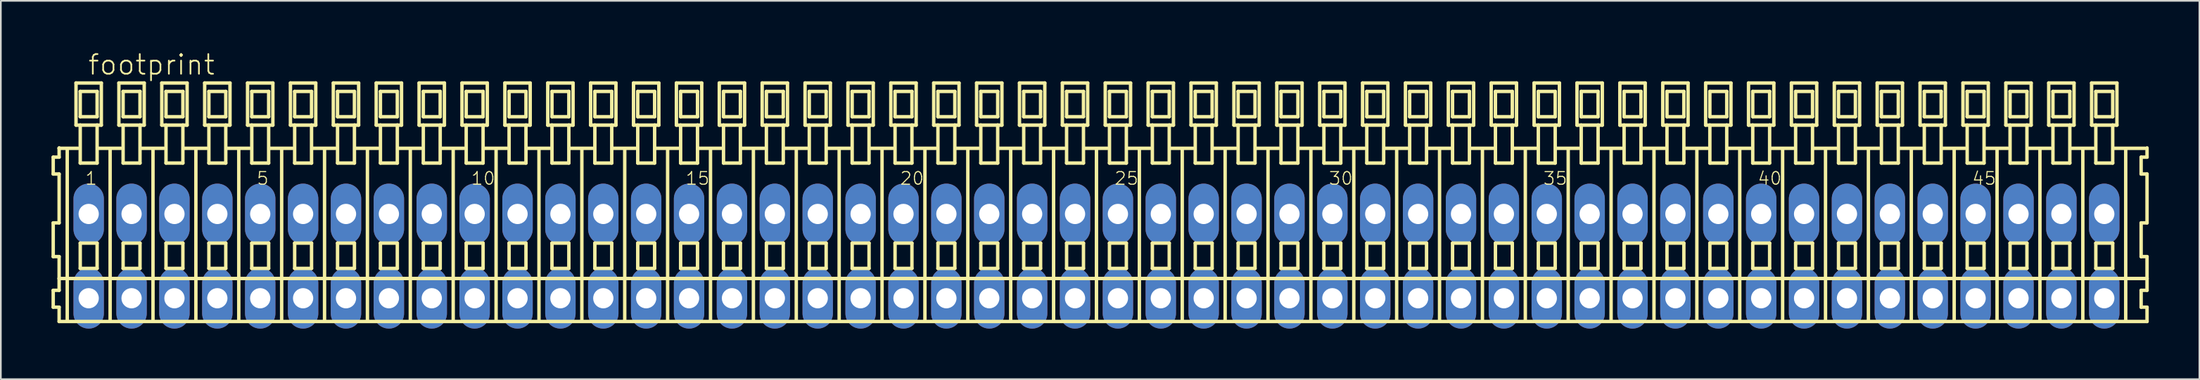
<source format=kicad_pcb>
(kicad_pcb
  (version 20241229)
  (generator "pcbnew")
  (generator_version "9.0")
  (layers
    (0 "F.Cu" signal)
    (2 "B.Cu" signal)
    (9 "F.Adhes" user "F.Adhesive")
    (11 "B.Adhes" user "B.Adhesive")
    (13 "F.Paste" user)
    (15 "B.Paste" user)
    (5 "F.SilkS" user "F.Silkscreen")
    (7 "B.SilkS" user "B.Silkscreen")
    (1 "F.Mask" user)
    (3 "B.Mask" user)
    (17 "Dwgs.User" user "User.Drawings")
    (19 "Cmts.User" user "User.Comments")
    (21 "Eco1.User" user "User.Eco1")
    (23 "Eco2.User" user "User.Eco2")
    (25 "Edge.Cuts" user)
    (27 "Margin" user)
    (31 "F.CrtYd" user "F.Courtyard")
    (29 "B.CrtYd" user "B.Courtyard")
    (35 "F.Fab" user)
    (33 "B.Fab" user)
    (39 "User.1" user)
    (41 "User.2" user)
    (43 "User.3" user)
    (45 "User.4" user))
  (footprint "footprint"
    (layer "F.Cu")
    (at 61.892 12.143)
    (property "Reference" "footprint" (at -59.79 -10.67 0) (layer "F.SilkS") (effects (font (size 1.168 1.168) (thickness 0.102)) (justify left bottom)))
    (fp_line (start -61.79 -5.87) (end -61.79 -4.87) (stroke (width 0.203) (type solid)) (layer "F.SilkS"))
    (fp_line (start -61.79 -4.87) (end -61.44 -4.87) (stroke (width 0.203) (type solid)) (layer "F.SilkS"))
    (fp_line (start -61.79 -1.97) (end -61.79 0.03) (stroke (width 0.203) (type solid)) (layer "F.SilkS"))
    (fp_line (start -61.79 0.03) (end -61.44 0.03) (stroke (width 0.203) (type solid)) (layer "F.SilkS"))
    (fp_line (start -61.79 2.03) (end -61.79 3.03) (stroke (width 0.203) (type solid)) (layer "F.SilkS"))
    (fp_line (start -61.79 3.03) (end -61.44 3.03) (stroke (width 0.203) (type solid)) (layer "F.SilkS"))
    (fp_line (start -61.44 -6.42) (end -61.44 -6.395) (stroke (width 0.203) (type solid)) (layer "F.SilkS"))
    (fp_line (start -61.44 -6.395) (end -61.44 -5.87) (stroke (width 0.203) (type solid)) (layer "F.SilkS"))
    (fp_line (start -61.44 -6.395) (end -60.315 -6.395) (stroke (width 0.203) (type solid)) (layer "F.SilkS"))
    (fp_line (start -61.44 -5.87) (end -61.79 -5.87) (stroke (width 0.203) (type solid)) (layer "F.SilkS"))
    (fp_line (start -61.44 -4.87) (end -61.44 -1.97) (stroke (width 0.203) (type solid)) (layer "F.SilkS"))
    (fp_line (start -61.44 -1.97) (end -61.79 -1.97) (stroke (width 0.203) (type solid)) (layer "F.SilkS"))
    (fp_line (start -61.44 0.03) (end -61.44 1.33) (stroke (width 0.203) (type solid)) (layer "F.SilkS"))
    (fp_line (start -61.44 1.33) (end -61.44 2.03) (stroke (width 0.203) (type solid)) (layer "F.SilkS"))
    (fp_line (start -61.44 1.33) (end 62.223 1.33) (stroke (width 0.203) (type solid)) (layer "F.SilkS"))
    (fp_line (start -61.44 2.03) (end -61.79 2.03) (stroke (width 0.203) (type solid)) (layer "F.SilkS"))
    (fp_line (start -61.44 3.03) (end -61.44 3.88) (stroke (width 0.203) (type solid)) (layer "F.SilkS"))
    (fp_line (start -61.44 3.88) (end 62.223 3.88) (stroke (width 0.203) (type solid)) (layer "F.SilkS"))
    (fp_line (start -60.96 3.83) (end -60.96 -6.33) (stroke (width 0.203) (type solid)) (layer "F.SilkS"))
    (fp_line (start -60.44 -10.27) (end -60.44 -7.77) (stroke (width 0.203) (type solid)) (layer "F.SilkS"))
    (fp_line (start -60.44 -7.77) (end -60.19 -7.77) (stroke (width 0.203) (type solid)) (layer "F.SilkS"))
    (fp_line (start -60.19 -9.77) (end -60.19 -8.27) (stroke (width 0.203) (type solid)) (layer "F.SilkS"))
    (fp_line (start -60.19 -8.27) (end -59.19 -8.27) (stroke (width 0.203) (type solid)) (layer "F.SilkS"))
    (fp_line (start -60.19 -7.77) (end -60.19 -5.52) (stroke (width 0.203) (type solid)) (layer "F.SilkS"))
    (fp_line (start -60.19 -7.77) (end -59.19 -7.77) (stroke (width 0.203) (type solid)) (layer "F.SilkS"))
    (fp_line (start -60.19 -5.52) (end -59.19 -5.52) (stroke (width 0.203) (type solid)) (layer "F.SilkS"))
    (fp_line (start -60.19 -0.77) (end -60.19 0.73) (stroke (width 0.203) (type solid)) (layer "F.SilkS"))
    (fp_line (start -60.19 0.73) (end -59.19 0.73) (stroke (width 0.203) (type solid)) (layer "F.SilkS"))
    (fp_line (start -59.19 -9.77) (end -60.19 -9.77) (stroke (width 0.203) (type solid)) (layer "F.SilkS"))
    (fp_line (start -59.19 -8.27) (end -59.19 -9.77) (stroke (width 0.203) (type solid)) (layer "F.SilkS"))
    (fp_line (start -59.19 -7.77) (end -58.94 -7.77) (stroke (width 0.203) (type solid)) (layer "F.SilkS"))
    (fp_line (start -59.19 -5.52) (end -59.19 -7.77) (stroke (width 0.203) (type solid)) (layer "F.SilkS"))
    (fp_line (start -59.19 -0.77) (end -60.19 -0.77) (stroke (width 0.203) (type solid)) (layer "F.SilkS"))
    (fp_line (start -59.19 0.73) (end -59.19 -0.77) (stroke (width 0.203) (type solid)) (layer "F.SilkS"))
    (fp_line (start -59.154 -6.395) (end -57.775 -6.395) (stroke (width 0.203) (type solid)) (layer "F.SilkS"))
    (fp_line (start -58.94 -10.27) (end -60.44 -10.27) (stroke (width 0.203) (type solid)) (layer "F.SilkS"))
    (fp_line (start -58.94 -7.77) (end -58.94 -10.27) (stroke (width 0.203) (type solid)) (layer "F.SilkS"))
    (fp_line (start -58.42 3.83) (end -58.42 -6.33) (stroke (width 0.203) (type solid)) (layer "F.SilkS"))
    (fp_line (start -57.9 -10.27) (end -57.9 -7.77) (stroke (width 0.203) (type solid)) (layer "F.SilkS"))
    (fp_line (start -57.9 -7.77) (end -57.65 -7.77) (stroke (width 0.203) (type solid)) (layer "F.SilkS"))
    (fp_line (start -57.65 -9.77) (end -57.65 -8.27) (stroke (width 0.203) (type solid)) (layer "F.SilkS"))
    (fp_line (start -57.65 -8.27) (end -56.65 -8.27) (stroke (width 0.203) (type solid)) (layer "F.SilkS"))
    (fp_line (start -57.65 -7.77) (end -57.65 -5.52) (stroke (width 0.203) (type solid)) (layer "F.SilkS"))
    (fp_line (start -57.65 -7.77) (end -56.65 -7.77) (stroke (width 0.203) (type solid)) (layer "F.SilkS"))
    (fp_line (start -57.65 -5.52) (end -56.65 -5.52) (stroke (width 0.203) (type solid)) (layer "F.SilkS"))
    (fp_line (start -57.65 -0.77) (end -57.65 0.73) (stroke (width 0.203) (type solid)) (layer "F.SilkS"))
    (fp_line (start -57.65 0.73) (end -56.65 0.73) (stroke (width 0.203) (type solid)) (layer "F.SilkS"))
    (fp_line (start -56.65 -9.77) (end -57.65 -9.77) (stroke (width 0.203) (type solid)) (layer "F.SilkS"))
    (fp_line (start -56.65 -8.27) (end -56.65 -9.77) (stroke (width 0.203) (type solid)) (layer "F.SilkS"))
    (fp_line (start -56.65 -7.77) (end -56.4 -7.77) (stroke (width 0.203) (type solid)) (layer "F.SilkS"))
    (fp_line (start -56.65 -5.52) (end -56.65 -7.77) (stroke (width 0.203) (type solid)) (layer "F.SilkS"))
    (fp_line (start -56.65 -0.77) (end -57.65 -0.77) (stroke (width 0.203) (type solid)) (layer "F.SilkS"))
    (fp_line (start -56.65 0.73) (end -56.65 -0.77) (stroke (width 0.203) (type solid)) (layer "F.SilkS"))
    (fp_line (start -56.614 -6.395) (end -55.235 -6.395) (stroke (width 0.203) (type solid)) (layer "F.SilkS"))
    (fp_line (start -56.4 -10.27) (end -57.9 -10.27) (stroke (width 0.203) (type solid)) (layer "F.SilkS"))
    (fp_line (start -56.4 -7.77) (end -56.4 -10.27) (stroke (width 0.203) (type solid)) (layer "F.SilkS"))
    (fp_line (start -55.88 3.83) (end -55.88 -6.33) (stroke (width 0.203) (type solid)) (layer "F.SilkS"))
    (fp_line (start -55.36 -10.27) (end -55.36 -7.77) (stroke (width 0.203) (type solid)) (layer "F.SilkS"))
    (fp_line (start -55.36 -7.77) (end -55.11 -7.77) (stroke (width 0.203) (type solid)) (layer "F.SilkS"))
    (fp_line (start -55.11 -9.77) (end -55.11 -8.27) (stroke (width 0.203) (type solid)) (layer "F.SilkS"))
    (fp_line (start -55.11 -8.27) (end -54.11 -8.27) (stroke (width 0.203) (type solid)) (layer "F.SilkS"))
    (fp_line (start -55.11 -7.77) (end -55.11 -5.52) (stroke (width 0.203) (type solid)) (layer "F.SilkS"))
    (fp_line (start -55.11 -7.77) (end -54.11 -7.77) (stroke (width 0.203) (type solid)) (layer "F.SilkS"))
    (fp_line (start -55.11 -5.52) (end -54.11 -5.52) (stroke (width 0.203) (type solid)) (layer "F.SilkS"))
    (fp_line (start -55.11 -0.77) (end -55.11 0.73) (stroke (width 0.203) (type solid)) (layer "F.SilkS"))
    (fp_line (start -55.11 0.73) (end -54.11 0.73) (stroke (width 0.203) (type solid)) (layer "F.SilkS"))
    (fp_line (start -54.11 -9.77) (end -55.11 -9.77) (stroke (width 0.203) (type solid)) (layer "F.SilkS"))
    (fp_line (start -54.11 -8.27) (end -54.11 -9.77) (stroke (width 0.203) (type solid)) (layer "F.SilkS"))
    (fp_line (start -54.11 -7.77) (end -53.86 -7.77) (stroke (width 0.203) (type solid)) (layer "F.SilkS"))
    (fp_line (start -54.11 -5.52) (end -54.11 -7.77) (stroke (width 0.203) (type solid)) (layer "F.SilkS"))
    (fp_line (start -54.11 -0.77) (end -55.11 -0.77) (stroke (width 0.203) (type solid)) (layer "F.SilkS"))
    (fp_line (start -54.11 0.73) (end -54.11 -0.77) (stroke (width 0.203) (type solid)) (layer "F.SilkS"))
    (fp_line (start -54.074 -6.395) (end -52.695 -6.395) (stroke (width 0.203) (type solid)) (layer "F.SilkS"))
    (fp_line (start -53.86 -10.27) (end -55.36 -10.27) (stroke (width 0.203) (type solid)) (layer "F.SilkS"))
    (fp_line (start -53.86 -7.77) (end -53.86 -10.27) (stroke (width 0.203) (type solid)) (layer "F.SilkS"))
    (fp_line (start -53.34 3.83) (end -53.34 -6.33) (stroke (width 0.203) (type solid)) (layer "F.SilkS"))
    (fp_line (start -52.82 -10.27) (end -52.82 -7.77) (stroke (width 0.203) (type solid)) (layer "F.SilkS"))
    (fp_line (start -52.82 -7.77) (end -52.57 -7.77) (stroke (width 0.203) (type solid)) (layer "F.SilkS"))
    (fp_line (start -52.57 -9.77) (end -52.57 -8.27) (stroke (width 0.203) (type solid)) (layer "F.SilkS"))
    (fp_line (start -52.57 -8.27) (end -51.57 -8.27) (stroke (width 0.203) (type solid)) (layer "F.SilkS"))
    (fp_line (start -52.57 -7.77) (end -52.57 -5.52) (stroke (width 0.203) (type solid)) (layer "F.SilkS"))
    (fp_line (start -52.57 -7.77) (end -51.57 -7.77) (stroke (width 0.203) (type solid)) (layer "F.SilkS"))
    (fp_line (start -52.57 -5.52) (end -51.57 -5.52) (stroke (width 0.203) (type solid)) (layer "F.SilkS"))
    (fp_line (start -52.57 -0.77) (end -52.57 0.73) (stroke (width 0.203) (type solid)) (layer "F.SilkS"))
    (fp_line (start -52.57 0.73) (end -51.57 0.73) (stroke (width 0.203) (type solid)) (layer "F.SilkS"))
    (fp_line (start -51.57 -9.77) (end -52.57 -9.77) (stroke (width 0.203) (type solid)) (layer "F.SilkS"))
    (fp_line (start -51.57 -8.27) (end -51.57 -9.77) (stroke (width 0.203) (type solid)) (layer "F.SilkS"))
    (fp_line (start -51.57 -7.77) (end -51.32 -7.77) (stroke (width 0.203) (type solid)) (layer "F.SilkS"))
    (fp_line (start -51.57 -5.52) (end -51.57 -7.77) (stroke (width 0.203) (type solid)) (layer "F.SilkS"))
    (fp_line (start -51.57 -0.77) (end -52.57 -0.77) (stroke (width 0.203) (type solid)) (layer "F.SilkS"))
    (fp_line (start -51.57 0.73) (end -51.57 -0.77) (stroke (width 0.203) (type solid)) (layer "F.SilkS"))
    (fp_line (start -51.534 -6.395) (end -50.155 -6.395) (stroke (width 0.203) (type solid)) (layer "F.SilkS"))
    (fp_line (start -51.32 -10.27) (end -52.82 -10.27) (stroke (width 0.203) (type solid)) (layer "F.SilkS"))
    (fp_line (start -51.32 -7.77) (end -51.32 -10.27) (stroke (width 0.203) (type solid)) (layer "F.SilkS"))
    (fp_line (start -50.8 3.83) (end -50.8 -6.33) (stroke (width 0.203) (type solid)) (layer "F.SilkS"))
    (fp_line (start -50.28 -10.27) (end -50.28 -7.77) (stroke (width 0.203) (type solid)) (layer "F.SilkS"))
    (fp_line (start -50.28 -7.77) (end -50.03 -7.77) (stroke (width 0.203) (type solid)) (layer "F.SilkS"))
    (fp_line (start -50.03 -9.77) (end -50.03 -8.27) (stroke (width 0.203) (type solid)) (layer "F.SilkS"))
    (fp_line (start -50.03 -8.27) (end -49.03 -8.27) (stroke (width 0.203) (type solid)) (layer "F.SilkS"))
    (fp_line (start -50.03 -7.77) (end -50.03 -5.52) (stroke (width 0.203) (type solid)) (layer "F.SilkS"))
    (fp_line (start -50.03 -7.77) (end -49.03 -7.77) (stroke (width 0.203) (type solid)) (layer "F.SilkS"))
    (fp_line (start -50.03 -5.52) (end -49.03 -5.52) (stroke (width 0.203) (type solid)) (layer "F.SilkS"))
    (fp_line (start -50.03 -0.77) (end -50.03 0.73) (stroke (width 0.203) (type solid)) (layer "F.SilkS"))
    (fp_line (start -50.03 0.73) (end -49.03 0.73) (stroke (width 0.203) (type solid)) (layer "F.SilkS"))
    (fp_line (start -49.03 -9.77) (end -50.03 -9.77) (stroke (width 0.203) (type solid)) (layer "F.SilkS"))
    (fp_line (start -49.03 -8.27) (end -49.03 -9.77) (stroke (width 0.203) (type solid)) (layer "F.SilkS"))
    (fp_line (start -49.03 -7.77) (end -48.78 -7.77) (stroke (width 0.203) (type solid)) (layer "F.SilkS"))
    (fp_line (start -49.03 -5.52) (end -49.03 -7.77) (stroke (width 0.203) (type solid)) (layer "F.SilkS"))
    (fp_line (start -49.03 -0.77) (end -50.03 -0.77) (stroke (width 0.203) (type solid)) (layer "F.SilkS"))
    (fp_line (start -49.03 0.73) (end -49.03 -0.77) (stroke (width 0.203) (type solid)) (layer "F.SilkS"))
    (fp_line (start -48.994 -6.395) (end -47.615 -6.395) (stroke (width 0.203) (type solid)) (layer "F.SilkS"))
    (fp_line (start -48.78 -10.27) (end -50.28 -10.27) (stroke (width 0.203) (type solid)) (layer "F.SilkS"))
    (fp_line (start -48.78 -7.77) (end -48.78 -10.27) (stroke (width 0.203) (type solid)) (layer "F.SilkS"))
    (fp_line (start -48.26 3.83) (end -48.26 -6.33) (stroke (width 0.203) (type solid)) (layer "F.SilkS"))
    (fp_line (start -47.74 -10.27) (end -47.74 -7.77) (stroke (width 0.203) (type solid)) (layer "F.SilkS"))
    (fp_line (start -47.74 -7.77) (end -47.49 -7.77) (stroke (width 0.203) (type solid)) (layer "F.SilkS"))
    (fp_line (start -47.49 -9.77) (end -47.49 -8.27) (stroke (width 0.203) (type solid)) (layer "F.SilkS"))
    (fp_line (start -47.49 -8.27) (end -46.49 -8.27) (stroke (width 0.203) (type solid)) (layer "F.SilkS"))
    (fp_line (start -47.49 -7.77) (end -47.49 -5.52) (stroke (width 0.203) (type solid)) (layer "F.SilkS"))
    (fp_line (start -47.49 -7.77) (end -46.49 -7.77) (stroke (width 0.203) (type solid)) (layer "F.SilkS"))
    (fp_line (start -47.49 -5.52) (end -46.49 -5.52) (stroke (width 0.203) (type solid)) (layer "F.SilkS"))
    (fp_line (start -47.49 -0.77) (end -47.49 0.73) (stroke (width 0.203) (type solid)) (layer "F.SilkS"))
    (fp_line (start -47.49 0.73) (end -46.49 0.73) (stroke (width 0.203) (type solid)) (layer "F.SilkS"))
    (fp_line (start -46.49 -9.77) (end -47.49 -9.77) (stroke (width 0.203) (type solid)) (layer "F.SilkS"))
    (fp_line (start -46.49 -8.27) (end -46.49 -9.77) (stroke (width 0.203) (type solid)) (layer "F.SilkS"))
    (fp_line (start -46.49 -7.77) (end -46.24 -7.77) (stroke (width 0.203) (type solid)) (layer "F.SilkS"))
    (fp_line (start -46.49 -5.52) (end -46.49 -7.77) (stroke (width 0.203) (type solid)) (layer "F.SilkS"))
    (fp_line (start -46.49 -0.77) (end -47.49 -0.77) (stroke (width 0.203) (type solid)) (layer "F.SilkS"))
    (fp_line (start -46.49 0.73) (end -46.49 -0.77) (stroke (width 0.203) (type solid)) (layer "F.SilkS"))
    (fp_line (start -46.454 -6.395) (end -45.075 -6.395) (stroke (width 0.203) (type solid)) (layer "F.SilkS"))
    (fp_line (start -46.24 -10.27) (end -47.74 -10.27) (stroke (width 0.203) (type solid)) (layer "F.SilkS"))
    (fp_line (start -46.24 -7.77) (end -46.24 -10.27) (stroke (width 0.203) (type solid)) (layer "F.SilkS"))
    (fp_line (start -45.72 3.83) (end -45.72 -6.33) (stroke (width 0.203) (type solid)) (layer "F.SilkS"))
    (fp_line (start -45.2 -10.27) (end -45.2 -7.77) (stroke (width 0.203) (type solid)) (layer "F.SilkS"))
    (fp_line (start -45.2 -7.77) (end -44.95 -7.77) (stroke (width 0.203) (type solid)) (layer "F.SilkS"))
    (fp_line (start -44.95 -9.77) (end -44.95 -8.27) (stroke (width 0.203) (type solid)) (layer "F.SilkS"))
    (fp_line (start -44.95 -8.27) (end -43.95 -8.27) (stroke (width 0.203) (type solid)) (layer "F.SilkS"))
    (fp_line (start -44.95 -7.77) (end -44.95 -5.52) (stroke (width 0.203) (type solid)) (layer "F.SilkS"))
    (fp_line (start -44.95 -7.77) (end -43.95 -7.77) (stroke (width 0.203) (type solid)) (layer "F.SilkS"))
    (fp_line (start -44.95 -5.52) (end -43.95 -5.52) (stroke (width 0.203) (type solid)) (layer "F.SilkS"))
    (fp_line (start -44.95 -0.77) (end -44.95 0.73) (stroke (width 0.203) (type solid)) (layer "F.SilkS"))
    (fp_line (start -44.95 0.73) (end -43.95 0.73) (stroke (width 0.203) (type solid)) (layer "F.SilkS"))
    (fp_line (start -43.95 -9.77) (end -44.95 -9.77) (stroke (width 0.203) (type solid)) (layer "F.SilkS"))
    (fp_line (start -43.95 -8.27) (end -43.95 -9.77) (stroke (width 0.203) (type solid)) (layer "F.SilkS"))
    (fp_line (start -43.95 -7.77) (end -43.7 -7.77) (stroke (width 0.203) (type solid)) (layer "F.SilkS"))
    (fp_line (start -43.95 -5.52) (end -43.95 -7.77) (stroke (width 0.203) (type solid)) (layer "F.SilkS"))
    (fp_line (start -43.95 -0.77) (end -44.95 -0.77) (stroke (width 0.203) (type solid)) (layer "F.SilkS"))
    (fp_line (start -43.95 0.73) (end -43.95 -0.77) (stroke (width 0.203) (type solid)) (layer "F.SilkS"))
    (fp_line (start -43.914 -6.395) (end -42.535 -6.395) (stroke (width 0.203) (type solid)) (layer "F.SilkS"))
    (fp_line (start -43.7 -10.27) (end -45.2 -10.27) (stroke (width 0.203) (type solid)) (layer "F.SilkS"))
    (fp_line (start -43.7 -7.77) (end -43.7 -10.27) (stroke (width 0.203) (type solid)) (layer "F.SilkS"))
    (fp_line (start -43.18 3.83) (end -43.18 -6.33) (stroke (width 0.203) (type solid)) (layer "F.SilkS"))
    (fp_line (start -42.66 -10.27) (end -42.66 -7.77) (stroke (width 0.203) (type solid)) (layer "F.SilkS"))
    (fp_line (start -42.66 -7.77) (end -42.41 -7.77) (stroke (width 0.203) (type solid)) (layer "F.SilkS"))
    (fp_line (start -42.41 -9.77) (end -42.41 -8.27) (stroke (width 0.203) (type solid)) (layer "F.SilkS"))
    (fp_line (start -42.41 -8.27) (end -41.41 -8.27) (stroke (width 0.203) (type solid)) (layer "F.SilkS"))
    (fp_line (start -42.41 -7.77) (end -42.41 -5.52) (stroke (width 0.203) (type solid)) (layer "F.SilkS"))
    (fp_line (start -42.41 -7.77) (end -41.41 -7.77) (stroke (width 0.203) (type solid)) (layer "F.SilkS"))
    (fp_line (start -42.41 -5.52) (end -41.41 -5.52) (stroke (width 0.203) (type solid)) (layer "F.SilkS"))
    (fp_line (start -42.41 -0.77) (end -42.41 0.73) (stroke (width 0.203) (type solid)) (layer "F.SilkS"))
    (fp_line (start -42.41 0.73) (end -41.41 0.73) (stroke (width 0.203) (type solid)) (layer "F.SilkS"))
    (fp_line (start -41.41 -9.77) (end -42.41 -9.77) (stroke (width 0.203) (type solid)) (layer "F.SilkS"))
    (fp_line (start -41.41 -8.27) (end -41.41 -9.77) (stroke (width 0.203) (type solid)) (layer "F.SilkS"))
    (fp_line (start -41.41 -7.77) (end -41.16 -7.77) (stroke (width 0.203) (type solid)) (layer "F.SilkS"))
    (fp_line (start -41.41 -5.52) (end -41.41 -7.77) (stroke (width 0.203) (type solid)) (layer "F.SilkS"))
    (fp_line (start -41.41 -0.77) (end -42.41 -0.77) (stroke (width 0.203) (type solid)) (layer "F.SilkS"))
    (fp_line (start -41.41 0.73) (end -41.41 -0.77) (stroke (width 0.203) (type solid)) (layer "F.SilkS"))
    (fp_line (start -41.374 -6.395) (end -39.995 -6.395) (stroke (width 0.203) (type solid)) (layer "F.SilkS"))
    (fp_line (start -41.16 -10.27) (end -42.66 -10.27) (stroke (width 0.203) (type solid)) (layer "F.SilkS"))
    (fp_line (start -41.16 -7.77) (end -41.16 -10.27) (stroke (width 0.203) (type solid)) (layer "F.SilkS"))
    (fp_line (start -40.64 3.83) (end -40.64 -6.33) (stroke (width 0.203) (type solid)) (layer "F.SilkS"))
    (fp_line (start -40.12 -10.27) (end -40.12 -7.77) (stroke (width 0.203) (type solid)) (layer "F.SilkS"))
    (fp_line (start -40.12 -7.77) (end -39.87 -7.77) (stroke (width 0.203) (type solid)) (layer "F.SilkS"))
    (fp_line (start -39.87 -9.77) (end -39.87 -8.27) (stroke (width 0.203) (type solid)) (layer "F.SilkS"))
    (fp_line (start -39.87 -8.27) (end -38.87 -8.27) (stroke (width 0.203) (type solid)) (layer "F.SilkS"))
    (fp_line (start -39.87 -7.77) (end -39.87 -5.52) (stroke (width 0.203) (type solid)) (layer "F.SilkS"))
    (fp_line (start -39.87 -7.77) (end -38.87 -7.77) (stroke (width 0.203) (type solid)) (layer "F.SilkS"))
    (fp_line (start -39.87 -5.52) (end -38.87 -5.52) (stroke (width 0.203) (type solid)) (layer "F.SilkS"))
    (fp_line (start -39.87 -0.77) (end -39.87 0.73) (stroke (width 0.203) (type solid)) (layer "F.SilkS"))
    (fp_line (start -39.87 0.73) (end -38.87 0.73) (stroke (width 0.203) (type solid)) (layer "F.SilkS"))
    (fp_line (start -38.87 -9.77) (end -39.87 -9.77) (stroke (width 0.203) (type solid)) (layer "F.SilkS"))
    (fp_line (start -38.87 -8.27) (end -38.87 -9.77) (stroke (width 0.203) (type solid)) (layer "F.SilkS"))
    (fp_line (start -38.87 -7.77) (end -38.62 -7.77) (stroke (width 0.203) (type solid)) (layer "F.SilkS"))
    (fp_line (start -38.87 -5.52) (end -38.87 -7.77) (stroke (width 0.203) (type solid)) (layer "F.SilkS"))
    (fp_line (start -38.87 -0.77) (end -39.87 -0.77) (stroke (width 0.203) (type solid)) (layer "F.SilkS"))
    (fp_line (start -38.87 0.73) (end -38.87 -0.77) (stroke (width 0.203) (type solid)) (layer "F.SilkS"))
    (fp_line (start -38.834 -6.395) (end -37.455 -6.395) (stroke (width 0.203) (type solid)) (layer "F.SilkS"))
    (fp_line (start -38.62 -10.27) (end -40.12 -10.27) (stroke (width 0.203) (type solid)) (layer "F.SilkS"))
    (fp_line (start -38.62 -7.77) (end -38.62 -10.27) (stroke (width 0.203) (type solid)) (layer "F.SilkS"))
    (fp_line (start -38.1 3.83) (end -38.1 -6.33) (stroke (width 0.203) (type solid)) (layer "F.SilkS"))
    (fp_line (start -37.58 -10.27) (end -37.58 -7.77) (stroke (width 0.203) (type solid)) (layer "F.SilkS"))
    (fp_line (start -37.58 -7.77) (end -37.33 -7.77) (stroke (width 0.203) (type solid)) (layer "F.SilkS"))
    (fp_line (start -37.33 -9.77) (end -37.33 -8.27) (stroke (width 0.203) (type solid)) (layer "F.SilkS"))
    (fp_line (start -37.33 -8.27) (end -36.33 -8.27) (stroke (width 0.203) (type solid)) (layer "F.SilkS"))
    (fp_line (start -37.33 -7.77) (end -37.33 -5.52) (stroke (width 0.203) (type solid)) (layer "F.SilkS"))
    (fp_line (start -37.33 -7.77) (end -36.33 -7.77) (stroke (width 0.203) (type solid)) (layer "F.SilkS"))
    (fp_line (start -37.33 -5.52) (end -36.33 -5.52) (stroke (width 0.203) (type solid)) (layer "F.SilkS"))
    (fp_line (start -37.33 -0.77) (end -37.33 0.73) (stroke (width 0.203) (type solid)) (layer "F.SilkS"))
    (fp_line (start -37.33 0.73) (end -36.33 0.73) (stroke (width 0.203) (type solid)) (layer "F.SilkS"))
    (fp_line (start -36.33 -9.77) (end -37.33 -9.77) (stroke (width 0.203) (type solid)) (layer "F.SilkS"))
    (fp_line (start -36.33 -8.27) (end -36.33 -9.77) (stroke (width 0.203) (type solid)) (layer "F.SilkS"))
    (fp_line (start -36.33 -7.77) (end -36.08 -7.77) (stroke (width 0.203) (type solid)) (layer "F.SilkS"))
    (fp_line (start -36.33 -5.52) (end -36.33 -7.77) (stroke (width 0.203) (type solid)) (layer "F.SilkS"))
    (fp_line (start -36.33 -0.77) (end -37.33 -0.77) (stroke (width 0.203) (type solid)) (layer "F.SilkS"))
    (fp_line (start -36.33 0.73) (end -36.33 -0.77) (stroke (width 0.203) (type solid)) (layer "F.SilkS"))
    (fp_line (start -36.294 -6.395) (end -34.915 -6.395) (stroke (width 0.203) (type solid)) (layer "F.SilkS"))
    (fp_line (start -36.08 -10.27) (end -37.58 -10.27) (stroke (width 0.203) (type solid)) (layer "F.SilkS"))
    (fp_line (start -36.08 -7.77) (end -36.08 -10.27) (stroke (width 0.203) (type solid)) (layer "F.SilkS"))
    (fp_line (start -35.56 3.83) (end -35.56 -6.33) (stroke (width 0.203) (type solid)) (layer "F.SilkS"))
    (fp_line (start -35.04 -10.27) (end -35.04 -7.77) (stroke (width 0.203) (type solid)) (layer "F.SilkS"))
    (fp_line (start -35.04 -7.77) (end -34.79 -7.77) (stroke (width 0.203) (type solid)) (layer "F.SilkS"))
    (fp_line (start -34.79 -9.77) (end -34.79 -8.27) (stroke (width 0.203) (type solid)) (layer "F.SilkS"))
    (fp_line (start -34.79 -8.27) (end -33.79 -8.27) (stroke (width 0.203) (type solid)) (layer "F.SilkS"))
    (fp_line (start -34.79 -7.77) (end -34.79 -5.52) (stroke (width 0.203) (type solid)) (layer "F.SilkS"))
    (fp_line (start -34.79 -7.77) (end -33.79 -7.77) (stroke (width 0.203) (type solid)) (layer "F.SilkS"))
    (fp_line (start -34.79 -5.52) (end -33.79 -5.52) (stroke (width 0.203) (type solid)) (layer "F.SilkS"))
    (fp_line (start -34.79 -0.77) (end -34.79 0.73) (stroke (width 0.203) (type solid)) (layer "F.SilkS"))
    (fp_line (start -34.79 0.73) (end -33.79 0.73) (stroke (width 0.203) (type solid)) (layer "F.SilkS"))
    (fp_line (start -33.79 -9.77) (end -34.79 -9.77) (stroke (width 0.203) (type solid)) (layer "F.SilkS"))
    (fp_line (start -33.79 -8.27) (end -33.79 -9.77) (stroke (width 0.203) (type solid)) (layer "F.SilkS"))
    (fp_line (start -33.79 -7.77) (end -33.54 -7.77) (stroke (width 0.203) (type solid)) (layer "F.SilkS"))
    (fp_line (start -33.79 -5.52) (end -33.79 -7.77) (stroke (width 0.203) (type solid)) (layer "F.SilkS"))
    (fp_line (start -33.79 -0.77) (end -34.79 -0.77) (stroke (width 0.203) (type solid)) (layer "F.SilkS"))
    (fp_line (start -33.79 0.73) (end -33.79 -0.77) (stroke (width 0.203) (type solid)) (layer "F.SilkS"))
    (fp_line (start -33.754 -6.395) (end -32.375 -6.395) (stroke (width 0.203) (type solid)) (layer "F.SilkS"))
    (fp_line (start -33.54 -10.27) (end -35.04 -10.27) (stroke (width 0.203) (type solid)) (layer "F.SilkS"))
    (fp_line (start -33.54 -7.77) (end -33.54 -10.27) (stroke (width 0.203) (type solid)) (layer "F.SilkS"))
    (fp_line (start -33.02 3.83) (end -33.02 -6.33) (stroke (width 0.203) (type solid)) (layer "F.SilkS"))
    (fp_line (start -32.5 -10.27) (end -32.5 -7.77) (stroke (width 0.203) (type solid)) (layer "F.SilkS"))
    (fp_line (start -32.5 -7.77) (end -32.25 -7.77) (stroke (width 0.203) (type solid)) (layer "F.SilkS"))
    (fp_line (start -32.25 -9.77) (end -32.25 -8.27) (stroke (width 0.203) (type solid)) (layer "F.SilkS"))
    (fp_line (start -32.25 -8.27) (end -31.25 -8.27) (stroke (width 0.203) (type solid)) (layer "F.SilkS"))
    (fp_line (start -32.25 -7.77) (end -32.25 -5.52) (stroke (width 0.203) (type solid)) (layer "F.SilkS"))
    (fp_line (start -32.25 -7.77) (end -31.25 -7.77) (stroke (width 0.203) (type solid)) (layer "F.SilkS"))
    (fp_line (start -32.25 -5.52) (end -31.25 -5.52) (stroke (width 0.203) (type solid)) (layer "F.SilkS"))
    (fp_line (start -32.25 -0.77) (end -32.25 0.73) (stroke (width 0.203) (type solid)) (layer "F.SilkS"))
    (fp_line (start -32.25 0.73) (end -31.25 0.73) (stroke (width 0.203) (type solid)) (layer "F.SilkS"))
    (fp_line (start -31.25 -9.77) (end -32.25 -9.77) (stroke (width 0.203) (type solid)) (layer "F.SilkS"))
    (fp_line (start -31.25 -8.27) (end -31.25 -9.77) (stroke (width 0.203) (type solid)) (layer "F.SilkS"))
    (fp_line (start -31.25 -7.77) (end -31 -7.77) (stroke (width 0.203) (type solid)) (layer "F.SilkS"))
    (fp_line (start -31.25 -5.52) (end -31.25 -7.77) (stroke (width 0.203) (type solid)) (layer "F.SilkS"))
    (fp_line (start -31.25 -0.77) (end -32.25 -0.77) (stroke (width 0.203) (type solid)) (layer "F.SilkS"))
    (fp_line (start -31.25 0.73) (end -31.25 -0.77) (stroke (width 0.203) (type solid)) (layer "F.SilkS"))
    (fp_line (start -31.214 -6.395) (end -29.835 -6.395) (stroke (width 0.203) (type solid)) (layer "F.SilkS"))
    (fp_line (start -31 -10.27) (end -32.5 -10.27) (stroke (width 0.203) (type solid)) (layer "F.SilkS"))
    (fp_line (start -31 -7.77) (end -31 -10.27) (stroke (width 0.203) (type solid)) (layer "F.SilkS"))
    (fp_line (start -30.48 3.83) (end -30.48 -6.33) (stroke (width 0.203) (type solid)) (layer "F.SilkS"))
    (fp_line (start -29.96 -10.27) (end -29.96 -7.77) (stroke (width 0.203) (type solid)) (layer "F.SilkS"))
    (fp_line (start -29.96 -7.77) (end -29.71 -7.77) (stroke (width 0.203) (type solid)) (layer "F.SilkS"))
    (fp_line (start -29.71 -9.77) (end -29.71 -8.27) (stroke (width 0.203) (type solid)) (layer "F.SilkS"))
    (fp_line (start -29.71 -8.27) (end -28.71 -8.27) (stroke (width 0.203) (type solid)) (layer "F.SilkS"))
    (fp_line (start -29.71 -7.77) (end -29.71 -5.52) (stroke (width 0.203) (type solid)) (layer "F.SilkS"))
    (fp_line (start -29.71 -7.77) (end -28.71 -7.77) (stroke (width 0.203) (type solid)) (layer "F.SilkS"))
    (fp_line (start -29.71 -5.52) (end -28.71 -5.52) (stroke (width 0.203) (type solid)) (layer "F.SilkS"))
    (fp_line (start -29.71 -0.77) (end -29.71 0.73) (stroke (width 0.203) (type solid)) (layer "F.SilkS"))
    (fp_line (start -29.71 0.73) (end -28.71 0.73) (stroke (width 0.203) (type solid)) (layer "F.SilkS"))
    (fp_line (start -28.71 -9.77) (end -29.71 -9.77) (stroke (width 0.203) (type solid)) (layer "F.SilkS"))
    (fp_line (start -28.71 -8.27) (end -28.71 -9.77) (stroke (width 0.203) (type solid)) (layer "F.SilkS"))
    (fp_line (start -28.71 -7.77) (end -28.46 -7.77) (stroke (width 0.203) (type solid)) (layer "F.SilkS"))
    (fp_line (start -28.71 -5.52) (end -28.71 -7.77) (stroke (width 0.203) (type solid)) (layer "F.SilkS"))
    (fp_line (start -28.71 -0.77) (end -29.71 -0.77) (stroke (width 0.203) (type solid)) (layer "F.SilkS"))
    (fp_line (start -28.71 0.73) (end -28.71 -0.77) (stroke (width 0.203) (type solid)) (layer "F.SilkS"))
    (fp_line (start -28.674 -6.395) (end -27.295 -6.395) (stroke (width 0.203) (type solid)) (layer "F.SilkS"))
    (fp_line (start -28.46 -10.27) (end -29.96 -10.27) (stroke (width 0.203) (type solid)) (layer "F.SilkS"))
    (fp_line (start -28.46 -7.77) (end -28.46 -10.27) (stroke (width 0.203) (type solid)) (layer "F.SilkS"))
    (fp_line (start -27.94 3.83) (end -27.94 -6.33) (stroke (width 0.203) (type solid)) (layer "F.SilkS"))
    (fp_line (start -27.42 -10.27) (end -27.42 -7.77) (stroke (width 0.203) (type solid)) (layer "F.SilkS"))
    (fp_line (start -27.42 -7.77) (end -27.17 -7.77) (stroke (width 0.203) (type solid)) (layer "F.SilkS"))
    (fp_line (start -27.17 -9.77) (end -27.17 -8.27) (stroke (width 0.203) (type solid)) (layer "F.SilkS"))
    (fp_line (start -27.17 -8.27) (end -26.17 -8.27) (stroke (width 0.203) (type solid)) (layer "F.SilkS"))
    (fp_line (start -27.17 -7.77) (end -27.17 -5.52) (stroke (width 0.203) (type solid)) (layer "F.SilkS"))
    (fp_line (start -27.17 -7.77) (end -26.17 -7.77) (stroke (width 0.203) (type solid)) (layer "F.SilkS"))
    (fp_line (start -27.17 -5.52) (end -26.17 -5.52) (stroke (width 0.203) (type solid)) (layer "F.SilkS"))
    (fp_line (start -27.17 -0.77) (end -27.17 0.73) (stroke (width 0.203) (type solid)) (layer "F.SilkS"))
    (fp_line (start -27.17 0.73) (end -26.17 0.73) (stroke (width 0.203) (type solid)) (layer "F.SilkS"))
    (fp_line (start -26.17 -9.77) (end -27.17 -9.77) (stroke (width 0.203) (type solid)) (layer "F.SilkS"))
    (fp_line (start -26.17 -8.27) (end -26.17 -9.77) (stroke (width 0.203) (type solid)) (layer "F.SilkS"))
    (fp_line (start -26.17 -7.77) (end -25.92 -7.77) (stroke (width 0.203) (type solid)) (layer "F.SilkS"))
    (fp_line (start -26.17 -5.52) (end -26.17 -7.77) (stroke (width 0.203) (type solid)) (layer "F.SilkS"))
    (fp_line (start -26.17 -0.77) (end -27.17 -0.77) (stroke (width 0.203) (type solid)) (layer "F.SilkS"))
    (fp_line (start -26.17 0.73) (end -26.17 -0.77) (stroke (width 0.203) (type solid)) (layer "F.SilkS"))
    (fp_line (start -26.134 -6.395) (end -24.755 -6.395) (stroke (width 0.203) (type solid)) (layer "F.SilkS"))
    (fp_line (start -25.92 -10.27) (end -27.42 -10.27) (stroke (width 0.203) (type solid)) (layer "F.SilkS"))
    (fp_line (start -25.92 -7.77) (end -25.92 -10.27) (stroke (width 0.203) (type solid)) (layer "F.SilkS"))
    (fp_line (start -25.4 3.83) (end -25.4 -6.33) (stroke (width 0.203) (type solid)) (layer "F.SilkS"))
    (fp_line (start -24.88 -10.27) (end -24.88 -7.77) (stroke (width 0.203) (type solid)) (layer "F.SilkS"))
    (fp_line (start -24.88 -7.77) (end -24.63 -7.77) (stroke (width 0.203) (type solid)) (layer "F.SilkS"))
    (fp_line (start -24.63 -9.77) (end -24.63 -8.27) (stroke (width 0.203) (type solid)) (layer "F.SilkS"))
    (fp_line (start -24.63 -8.27) (end -23.63 -8.27) (stroke (width 0.203) (type solid)) (layer "F.SilkS"))
    (fp_line (start -24.63 -7.77) (end -24.63 -5.52) (stroke (width 0.203) (type solid)) (layer "F.SilkS"))
    (fp_line (start -24.63 -7.77) (end -23.63 -7.77) (stroke (width 0.203) (type solid)) (layer "F.SilkS"))
    (fp_line (start -24.63 -5.52) (end -23.63 -5.52) (stroke (width 0.203) (type solid)) (layer "F.SilkS"))
    (fp_line (start -24.63 -0.77) (end -24.63 0.73) (stroke (width 0.203) (type solid)) (layer "F.SilkS"))
    (fp_line (start -24.63 0.73) (end -23.63 0.73) (stroke (width 0.203) (type solid)) (layer "F.SilkS"))
    (fp_line (start -23.63 -9.77) (end -24.63 -9.77) (stroke (width 0.203) (type solid)) (layer "F.SilkS"))
    (fp_line (start -23.63 -8.27) (end -23.63 -9.77) (stroke (width 0.203) (type solid)) (layer "F.SilkS"))
    (fp_line (start -23.63 -7.77) (end -23.38 -7.77) (stroke (width 0.203) (type solid)) (layer "F.SilkS"))
    (fp_line (start -23.63 -5.52) (end -23.63 -7.77) (stroke (width 0.203) (type solid)) (layer "F.SilkS"))
    (fp_line (start -23.63 -0.77) (end -24.63 -0.77) (stroke (width 0.203) (type solid)) (layer "F.SilkS"))
    (fp_line (start -23.63 0.73) (end -23.63 -0.77) (stroke (width 0.203) (type solid)) (layer "F.SilkS"))
    (fp_line (start -23.594 -6.395) (end -22.215 -6.395) (stroke (width 0.203) (type solid)) (layer "F.SilkS"))
    (fp_line (start -23.38 -10.27) (end -24.88 -10.27) (stroke (width 0.203) (type solid)) (layer "F.SilkS"))
    (fp_line (start -23.38 -7.77) (end -23.38 -10.27) (stroke (width 0.203) (type solid)) (layer "F.SilkS"))
    (fp_line (start -22.86 3.83) (end -22.86 -6.33) (stroke (width 0.203) (type solid)) (layer "F.SilkS"))
    (fp_line (start -22.34 -10.27) (end -22.34 -7.77) (stroke (width 0.203) (type solid)) (layer "F.SilkS"))
    (fp_line (start -22.34 -7.77) (end -22.09 -7.77) (stroke (width 0.203) (type solid)) (layer "F.SilkS"))
    (fp_line (start -22.09 -9.77) (end -22.09 -8.27) (stroke (width 0.203) (type solid)) (layer "F.SilkS"))
    (fp_line (start -22.09 -8.27) (end -21.09 -8.27) (stroke (width 0.203) (type solid)) (layer "F.SilkS"))
    (fp_line (start -22.09 -7.77) (end -22.09 -5.52) (stroke (width 0.203) (type solid)) (layer "F.SilkS"))
    (fp_line (start -22.09 -7.77) (end -21.09 -7.77) (stroke (width 0.203) (type solid)) (layer "F.SilkS"))
    (fp_line (start -22.09 -5.52) (end -21.09 -5.52) (stroke (width 0.203) (type solid)) (layer "F.SilkS"))
    (fp_line (start -22.09 -0.77) (end -22.09 0.73) (stroke (width 0.203) (type solid)) (layer "F.SilkS"))
    (fp_line (start -22.09 0.73) (end -21.09 0.73) (stroke (width 0.203) (type solid)) (layer "F.SilkS"))
    (fp_line (start -21.09 -9.77) (end -22.09 -9.77) (stroke (width 0.203) (type solid)) (layer "F.SilkS"))
    (fp_line (start -21.09 -8.27) (end -21.09 -9.77) (stroke (width 0.203) (type solid)) (layer "F.SilkS"))
    (fp_line (start -21.09 -7.77) (end -20.84 -7.77) (stroke (width 0.203) (type solid)) (layer "F.SilkS"))
    (fp_line (start -21.09 -5.52) (end -21.09 -7.77) (stroke (width 0.203) (type solid)) (layer "F.SilkS"))
    (fp_line (start -21.09 -0.77) (end -22.09 -0.77) (stroke (width 0.203) (type solid)) (layer "F.SilkS"))
    (fp_line (start -21.09 0.73) (end -21.09 -0.77) (stroke (width 0.203) (type solid)) (layer "F.SilkS"))
    (fp_line (start -21.054 -6.395) (end -19.675 -6.395) (stroke (width 0.203) (type solid)) (layer "F.SilkS"))
    (fp_line (start -20.84 -10.27) (end -22.34 -10.27) (stroke (width 0.203) (type solid)) (layer "F.SilkS"))
    (fp_line (start -20.84 -7.77) (end -20.84 -10.27) (stroke (width 0.203) (type solid)) (layer "F.SilkS"))
    (fp_line (start -20.32 3.83) (end -20.32 -6.33) (stroke (width 0.203) (type solid)) (layer "F.SilkS"))
    (fp_line (start -19.8 -10.27) (end -19.8 -7.77) (stroke (width 0.203) (type solid)) (layer "F.SilkS"))
    (fp_line (start -19.8 -7.77) (end -19.55 -7.77) (stroke (width 0.203) (type solid)) (layer "F.SilkS"))
    (fp_line (start -19.55 -9.77) (end -19.55 -8.27) (stroke (width 0.203) (type solid)) (layer "F.SilkS"))
    (fp_line (start -19.55 -8.27) (end -18.55 -8.27) (stroke (width 0.203) (type solid)) (layer "F.SilkS"))
    (fp_line (start -19.55 -7.77) (end -19.55 -5.52) (stroke (width 0.203) (type solid)) (layer "F.SilkS"))
    (fp_line (start -19.55 -7.77) (end -18.55 -7.77) (stroke (width 0.203) (type solid)) (layer "F.SilkS"))
    (fp_line (start -19.55 -5.52) (end -18.55 -5.52) (stroke (width 0.203) (type solid)) (layer "F.SilkS"))
    (fp_line (start -19.55 -0.77) (end -19.55 0.73) (stroke (width 0.203) (type solid)) (layer "F.SilkS"))
    (fp_line (start -19.55 0.73) (end -18.55 0.73) (stroke (width 0.203) (type solid)) (layer "F.SilkS"))
    (fp_line (start -18.55 -9.77) (end -19.55 -9.77) (stroke (width 0.203) (type solid)) (layer "F.SilkS"))
    (fp_line (start -18.55 -8.27) (end -18.55 -9.77) (stroke (width 0.203) (type solid)) (layer "F.SilkS"))
    (fp_line (start -18.55 -7.77) (end -18.3 -7.77) (stroke (width 0.203) (type solid)) (layer "F.SilkS"))
    (fp_line (start -18.55 -5.52) (end -18.55 -7.77) (stroke (width 0.203) (type solid)) (layer "F.SilkS"))
    (fp_line (start -18.55 -0.77) (end -19.55 -0.77) (stroke (width 0.203) (type solid)) (layer "F.SilkS"))
    (fp_line (start -18.55 0.73) (end -18.55 -0.77) (stroke (width 0.203) (type solid)) (layer "F.SilkS"))
    (fp_line (start -18.514 -6.395) (end -17.135 -6.395) (stroke (width 0.203) (type solid)) (layer "F.SilkS"))
    (fp_line (start -18.3 -10.27) (end -19.8 -10.27) (stroke (width 0.203) (type solid)) (layer "F.SilkS"))
    (fp_line (start -18.3 -7.77) (end -18.3 -10.27) (stroke (width 0.203) (type solid)) (layer "F.SilkS"))
    (fp_line (start -17.78 3.83) (end -17.78 -6.33) (stroke (width 0.203) (type solid)) (layer "F.SilkS"))
    (fp_line (start -17.26 -10.27) (end -17.26 -7.77) (stroke (width 0.203) (type solid)) (layer "F.SilkS"))
    (fp_line (start -17.26 -7.77) (end -17.01 -7.77) (stroke (width 0.203) (type solid)) (layer "F.SilkS"))
    (fp_line (start -17.01 -9.77) (end -17.01 -8.27) (stroke (width 0.203) (type solid)) (layer "F.SilkS"))
    (fp_line (start -17.01 -8.27) (end -16.01 -8.27) (stroke (width 0.203) (type solid)) (layer "F.SilkS"))
    (fp_line (start -17.01 -7.77) (end -17.01 -5.52) (stroke (width 0.203) (type solid)) (layer "F.SilkS"))
    (fp_line (start -17.01 -7.77) (end -16.01 -7.77) (stroke (width 0.203) (type solid)) (layer "F.SilkS"))
    (fp_line (start -17.01 -5.52) (end -16.01 -5.52) (stroke (width 0.203) (type solid)) (layer "F.SilkS"))
    (fp_line (start -17.01 -0.77) (end -17.01 0.73) (stroke (width 0.203) (type solid)) (layer "F.SilkS"))
    (fp_line (start -17.01 0.73) (end -16.01 0.73) (stroke (width 0.203) (type solid)) (layer "F.SilkS"))
    (fp_line (start -16.01 -9.77) (end -17.01 -9.77) (stroke (width 0.203) (type solid)) (layer "F.SilkS"))
    (fp_line (start -16.01 -8.27) (end -16.01 -9.77) (stroke (width 0.203) (type solid)) (layer "F.SilkS"))
    (fp_line (start -16.01 -7.77) (end -15.76 -7.77) (stroke (width 0.203) (type solid)) (layer "F.SilkS"))
    (fp_line (start -16.01 -5.52) (end -16.01 -7.77) (stroke (width 0.203) (type solid)) (layer "F.SilkS"))
    (fp_line (start -16.01 -0.77) (end -17.01 -0.77) (stroke (width 0.203) (type solid)) (layer "F.SilkS"))
    (fp_line (start -16.01 0.73) (end -16.01 -0.77) (stroke (width 0.203) (type solid)) (layer "F.SilkS"))
    (fp_line (start -15.974 -6.395) (end -14.595 -6.395) (stroke (width 0.203) (type solid)) (layer "F.SilkS"))
    (fp_line (start -15.76 -10.27) (end -17.26 -10.27) (stroke (width 0.203) (type solid)) (layer "F.SilkS"))
    (fp_line (start -15.76 -7.77) (end -15.76 -10.27) (stroke (width 0.203) (type solid)) (layer "F.SilkS"))
    (fp_line (start -15.24 3.83) (end -15.24 -6.33) (stroke (width 0.203) (type solid)) (layer "F.SilkS"))
    (fp_line (start -14.72 -10.27) (end -14.72 -7.77) (stroke (width 0.203) (type solid)) (layer "F.SilkS"))
    (fp_line (start -14.72 -7.77) (end -14.47 -7.77) (stroke (width 0.203) (type solid)) (layer "F.SilkS"))
    (fp_line (start -14.47 -9.77) (end -14.47 -8.27) (stroke (width 0.203) (type solid)) (layer "F.SilkS"))
    (fp_line (start -14.47 -8.27) (end -13.47 -8.27) (stroke (width 0.203) (type solid)) (layer "F.SilkS"))
    (fp_line (start -14.47 -7.77) (end -14.47 -5.52) (stroke (width 0.203) (type solid)) (layer "F.SilkS"))
    (fp_line (start -14.47 -7.77) (end -13.47 -7.77) (stroke (width 0.203) (type solid)) (layer "F.SilkS"))
    (fp_line (start -14.47 -5.52) (end -13.47 -5.52) (stroke (width 0.203) (type solid)) (layer "F.SilkS"))
    (fp_line (start -14.47 -0.77) (end -14.47 0.73) (stroke (width 0.203) (type solid)) (layer "F.SilkS"))
    (fp_line (start -14.47 0.73) (end -13.47 0.73) (stroke (width 0.203) (type solid)) (layer "F.SilkS"))
    (fp_line (start -13.47 -9.77) (end -14.47 -9.77) (stroke (width 0.203) (type solid)) (layer "F.SilkS"))
    (fp_line (start -13.47 -8.27) (end -13.47 -9.77) (stroke (width 0.203) (type solid)) (layer "F.SilkS"))
    (fp_line (start -13.47 -7.77) (end -13.22 -7.77) (stroke (width 0.203) (type solid)) (layer "F.SilkS"))
    (fp_line (start -13.47 -5.52) (end -13.47 -7.77) (stroke (width 0.203) (type solid)) (layer "F.SilkS"))
    (fp_line (start -13.47 -0.77) (end -14.47 -0.77) (stroke (width 0.203) (type solid)) (layer "F.SilkS"))
    (fp_line (start -13.47 0.73) (end -13.47 -0.77) (stroke (width 0.203) (type solid)) (layer "F.SilkS"))
    (fp_line (start -13.434 -6.395) (end -12.055 -6.395) (stroke (width 0.203) (type solid)) (layer "F.SilkS"))
    (fp_line (start -13.22 -10.27) (end -14.72 -10.27) (stroke (width 0.203) (type solid)) (layer "F.SilkS"))
    (fp_line (start -13.22 -7.77) (end -13.22 -10.27) (stroke (width 0.203) (type solid)) (layer "F.SilkS"))
    (fp_line (start -12.7 3.83) (end -12.7 -6.33) (stroke (width 0.203) (type solid)) (layer "F.SilkS"))
    (fp_line (start -12.18 -10.27) (end -12.18 -7.77) (stroke (width 0.203) (type solid)) (layer "F.SilkS"))
    (fp_line (start -12.18 -7.77) (end -11.93 -7.77) (stroke (width 0.203) (type solid)) (layer "F.SilkS"))
    (fp_line (start -11.93 -9.77) (end -11.93 -8.27) (stroke (width 0.203) (type solid)) (layer "F.SilkS"))
    (fp_line (start -11.93 -8.27) (end -10.93 -8.27) (stroke (width 0.203) (type solid)) (layer "F.SilkS"))
    (fp_line (start -11.93 -7.77) (end -11.93 -5.52) (stroke (width 0.203) (type solid)) (layer "F.SilkS"))
    (fp_line (start -11.93 -7.77) (end -10.93 -7.77) (stroke (width 0.203) (type solid)) (layer "F.SilkS"))
    (fp_line (start -11.93 -5.52) (end -10.93 -5.52) (stroke (width 0.203) (type solid)) (layer "F.SilkS"))
    (fp_line (start -11.93 -0.77) (end -11.93 0.73) (stroke (width 0.203) (type solid)) (layer "F.SilkS"))
    (fp_line (start -11.93 0.73) (end -10.93 0.73) (stroke (width 0.203) (type solid)) (layer "F.SilkS"))
    (fp_line (start -10.93 -9.77) (end -11.93 -9.77) (stroke (width 0.203) (type solid)) (layer "F.SilkS"))
    (fp_line (start -10.93 -8.27) (end -10.93 -9.77) (stroke (width 0.203) (type solid)) (layer "F.SilkS"))
    (fp_line (start -10.93 -7.77) (end -10.68 -7.77) (stroke (width 0.203) (type solid)) (layer "F.SilkS"))
    (fp_line (start -10.93 -5.52) (end -10.93 -7.77) (stroke (width 0.203) (type solid)) (layer "F.SilkS"))
    (fp_line (start -10.93 -0.77) (end -11.93 -0.77) (stroke (width 0.203) (type solid)) (layer "F.SilkS"))
    (fp_line (start -10.93 0.73) (end -10.93 -0.77) (stroke (width 0.203) (type solid)) (layer "F.SilkS"))
    (fp_line (start -10.894 -6.395) (end -9.515 -6.395) (stroke (width 0.203) (type solid)) (layer "F.SilkS"))
    (fp_line (start -10.68 -10.27) (end -12.18 -10.27) (stroke (width 0.203) (type solid)) (layer "F.SilkS"))
    (fp_line (start -10.68 -7.77) (end -10.68 -10.27) (stroke (width 0.203) (type solid)) (layer "F.SilkS"))
    (fp_line (start -10.16 3.83) (end -10.16 -6.33) (stroke (width 0.203) (type solid)) (layer "F.SilkS"))
    (fp_line (start -9.64 -10.27) (end -9.64 -7.77) (stroke (width 0.203) (type solid)) (layer "F.SilkS"))
    (fp_line (start -9.64 -7.77) (end -9.39 -7.77) (stroke (width 0.203) (type solid)) (layer "F.SilkS"))
    (fp_line (start -9.39 -9.77) (end -9.39 -8.27) (stroke (width 0.203) (type solid)) (layer "F.SilkS"))
    (fp_line (start -9.39 -8.27) (end -8.39 -8.27) (stroke (width 0.203) (type solid)) (layer "F.SilkS"))
    (fp_line (start -9.39 -7.77) (end -9.39 -5.52) (stroke (width 0.203) (type solid)) (layer "F.SilkS"))
    (fp_line (start -9.39 -7.77) (end -8.39 -7.77) (stroke (width 0.203) (type solid)) (layer "F.SilkS"))
    (fp_line (start -9.39 -5.52) (end -8.39 -5.52) (stroke (width 0.203) (type solid)) (layer "F.SilkS"))
    (fp_line (start -9.39 -0.77) (end -9.39 0.73) (stroke (width 0.203) (type solid)) (layer "F.SilkS"))
    (fp_line (start -9.39 0.73) (end -8.39 0.73) (stroke (width 0.203) (type solid)) (layer "F.SilkS"))
    (fp_line (start -8.39 -9.77) (end -9.39 -9.77) (stroke (width 0.203) (type solid)) (layer "F.SilkS"))
    (fp_line (start -8.39 -8.27) (end -8.39 -9.77) (stroke (width 0.203) (type solid)) (layer "F.SilkS"))
    (fp_line (start -8.39 -7.77) (end -8.14 -7.77) (stroke (width 0.203) (type solid)) (layer "F.SilkS"))
    (fp_line (start -8.39 -5.52) (end -8.39 -7.77) (stroke (width 0.203) (type solid)) (layer "F.SilkS"))
    (fp_line (start -8.39 -0.77) (end -9.39 -0.77) (stroke (width 0.203) (type solid)) (layer "F.SilkS"))
    (fp_line (start -8.39 0.73) (end -8.39 -0.77) (stroke (width 0.203) (type solid)) (layer "F.SilkS"))
    (fp_line (start -8.354 -6.395) (end -6.975 -6.395) (stroke (width 0.203) (type solid)) (layer "F.SilkS"))
    (fp_line (start -8.14 -10.27) (end -9.64 -10.27) (stroke (width 0.203) (type solid)) (layer "F.SilkS"))
    (fp_line (start -8.14 -7.77) (end -8.14 -10.27) (stroke (width 0.203) (type solid)) (layer "F.SilkS"))
    (fp_line (start -7.62 3.83) (end -7.62 -6.33) (stroke (width 0.203) (type solid)) (layer "F.SilkS"))
    (fp_line (start -7.1 -10.27) (end -7.1 -7.77) (stroke (width 0.203) (type solid)) (layer "F.SilkS"))
    (fp_line (start -7.1 -7.77) (end -6.85 -7.77) (stroke (width 0.203) (type solid)) (layer "F.SilkS"))
    (fp_line (start -6.85 -9.77) (end -6.85 -8.27) (stroke (width 0.203) (type solid)) (layer "F.SilkS"))
    (fp_line (start -6.85 -8.27) (end -5.85 -8.27) (stroke (width 0.203) (type solid)) (layer "F.SilkS"))
    (fp_line (start -6.85 -7.77) (end -6.85 -5.52) (stroke (width 0.203) (type solid)) (layer "F.SilkS"))
    (fp_line (start -6.85 -7.77) (end -5.85 -7.77) (stroke (width 0.203) (type solid)) (layer "F.SilkS"))
    (fp_line (start -6.85 -5.52) (end -5.85 -5.52) (stroke (width 0.203) (type solid)) (layer "F.SilkS"))
    (fp_line (start -6.85 -0.77) (end -6.85 0.73) (stroke (width 0.203) (type solid)) (layer "F.SilkS"))
    (fp_line (start -6.85 0.73) (end -5.85 0.73) (stroke (width 0.203) (type solid)) (layer "F.SilkS"))
    (fp_line (start -5.85 -9.77) (end -6.85 -9.77) (stroke (width 0.203) (type solid)) (layer "F.SilkS"))
    (fp_line (start -5.85 -8.27) (end -5.85 -9.77) (stroke (width 0.203) (type solid)) (layer "F.SilkS"))
    (fp_line (start -5.85 -7.77) (end -5.6 -7.77) (stroke (width 0.203) (type solid)) (layer "F.SilkS"))
    (fp_line (start -5.85 -5.52) (end -5.85 -7.77) (stroke (width 0.203) (type solid)) (layer "F.SilkS"))
    (fp_line (start -5.85 -0.77) (end -6.85 -0.77) (stroke (width 0.203) (type solid)) (layer "F.SilkS"))
    (fp_line (start -5.85 0.73) (end -5.85 -0.77) (stroke (width 0.203) (type solid)) (layer "F.SilkS"))
    (fp_line (start -5.814 -6.395) (end -4.435 -6.395) (stroke (width 0.203) (type solid)) (layer "F.SilkS"))
    (fp_line (start -5.6 -10.27) (end -7.1 -10.27) (stroke (width 0.203) (type solid)) (layer "F.SilkS"))
    (fp_line (start -5.6 -7.77) (end -5.6 -10.27) (stroke (width 0.203) (type solid)) (layer "F.SilkS"))
    (fp_line (start -5.08 3.83) (end -5.08 -6.33) (stroke (width 0.203) (type solid)) (layer "F.SilkS"))
    (fp_line (start -4.56 -10.27) (end -4.56 -7.77) (stroke (width 0.203) (type solid)) (layer "F.SilkS"))
    (fp_line (start -4.56 -7.77) (end -4.31 -7.77) (stroke (width 0.203) (type solid)) (layer "F.SilkS"))
    (fp_line (start -4.31 -9.77) (end -4.31 -8.27) (stroke (width 0.203) (type solid)) (layer "F.SilkS"))
    (fp_line (start -4.31 -8.27) (end -3.31 -8.27) (stroke (width 0.203) (type solid)) (layer "F.SilkS"))
    (fp_line (start -4.31 -7.77) (end -4.31 -5.52) (stroke (width 0.203) (type solid)) (layer "F.SilkS"))
    (fp_line (start -4.31 -7.77) (end -3.31 -7.77) (stroke (width 0.203) (type solid)) (layer "F.SilkS"))
    (fp_line (start -4.31 -5.52) (end -3.31 -5.52) (stroke (width 0.203) (type solid)) (layer "F.SilkS"))
    (fp_line (start -4.31 -0.77) (end -4.31 0.73) (stroke (width 0.203) (type solid)) (layer "F.SilkS"))
    (fp_line (start -4.31 0.73) (end -3.31 0.73) (stroke (width 0.203) (type solid)) (layer "F.SilkS"))
    (fp_line (start -3.31 -9.77) (end -4.31 -9.77) (stroke (width 0.203) (type solid)) (layer "F.SilkS"))
    (fp_line (start -3.31 -8.27) (end -3.31 -9.77) (stroke (width 0.203) (type solid)) (layer "F.SilkS"))
    (fp_line (start -3.31 -7.77) (end -3.06 -7.77) (stroke (width 0.203) (type solid)) (layer "F.SilkS"))
    (fp_line (start -3.31 -5.52) (end -3.31 -7.77) (stroke (width 0.203) (type solid)) (layer "F.SilkS"))
    (fp_line (start -3.31 -0.77) (end -4.31 -0.77) (stroke (width 0.203) (type solid)) (layer "F.SilkS"))
    (fp_line (start -3.31 0.73) (end -3.31 -0.77) (stroke (width 0.203) (type solid)) (layer "F.SilkS"))
    (fp_line (start -3.274 -6.395) (end -1.895 -6.395) (stroke (width 0.203) (type solid)) (layer "F.SilkS"))
    (fp_line (start -3.06 -10.27) (end -4.56 -10.27) (stroke (width 0.203) (type solid)) (layer "F.SilkS"))
    (fp_line (start -3.06 -7.77) (end -3.06 -10.27) (stroke (width 0.203) (type solid)) (layer "F.SilkS"))
    (fp_line (start -2.54 3.83) (end -2.54 -6.33) (stroke (width 0.203) (type solid)) (layer "F.SilkS"))
    (fp_line (start -2.02 -10.27) (end -2.02 -7.77) (stroke (width 0.203) (type solid)) (layer "F.SilkS"))
    (fp_line (start -2.02 -7.77) (end -1.77 -7.77) (stroke (width 0.203) (type solid)) (layer "F.SilkS"))
    (fp_line (start -1.77 -9.77) (end -1.77 -8.27) (stroke (width 0.203) (type solid)) (layer "F.SilkS"))
    (fp_line (start -1.77 -8.27) (end -0.77 -8.27) (stroke (width 0.203) (type solid)) (layer "F.SilkS"))
    (fp_line (start -1.77 -7.77) (end -1.77 -5.52) (stroke (width 0.203) (type solid)) (layer "F.SilkS"))
    (fp_line (start -1.77 -7.77) (end -0.77 -7.77) (stroke (width 0.203) (type solid)) (layer "F.SilkS"))
    (fp_line (start -1.77 -5.52) (end -0.77 -5.52) (stroke (width 0.203) (type solid)) (layer "F.SilkS"))
    (fp_line (start -1.77 -0.77) (end -1.77 0.73) (stroke (width 0.203) (type solid)) (layer "F.SilkS"))
    (fp_line (start -1.77 0.73) (end -0.77 0.73) (stroke (width 0.203) (type solid)) (layer "F.SilkS"))
    (fp_line (start -0.77 -9.77) (end -1.77 -9.77) (stroke (width 0.203) (type solid)) (layer "F.SilkS"))
    (fp_line (start -0.77 -8.27) (end -0.77 -9.77) (stroke (width 0.203) (type solid)) (layer "F.SilkS"))
    (fp_line (start -0.77 -7.77) (end -0.52 -7.77) (stroke (width 0.203) (type solid)) (layer "F.SilkS"))
    (fp_line (start -0.77 -5.52) (end -0.77 -7.77) (stroke (width 0.203) (type solid)) (layer "F.SilkS"))
    (fp_line (start -0.77 -0.77) (end -1.77 -0.77) (stroke (width 0.203) (type solid)) (layer "F.SilkS"))
    (fp_line (start -0.77 0.73) (end -0.77 -0.77) (stroke (width 0.203) (type solid)) (layer "F.SilkS"))
    (fp_line (start -0.734 -6.395) (end 0.645 -6.395) (stroke (width 0.203) (type solid)) (layer "F.SilkS"))
    (fp_line (start -0.52 -10.27) (end -2.02 -10.27) (stroke (width 0.203) (type solid)) (layer "F.SilkS"))
    (fp_line (start -0.52 -7.77) (end -0.52 -10.27) (stroke (width 0.203) (type solid)) (layer "F.SilkS"))
    (fp_line (start 0 3.83) (end 0 -6.33) (stroke (width 0.203) (type solid)) (layer "F.SilkS"))
    (fp_line (start 0.52 -10.27) (end 0.52 -7.77) (stroke (width 0.203) (type solid)) (layer "F.SilkS"))
    (fp_line (start 0.52 -7.77) (end 0.77 -7.77) (stroke (width 0.203) (type solid)) (layer "F.SilkS"))
    (fp_line (start 0.77 -9.77) (end 0.77 -8.27) (stroke (width 0.203) (type solid)) (layer "F.SilkS"))
    (fp_line (start 0.77 -8.27) (end 1.77 -8.27) (stroke (width 0.203) (type solid)) (layer "F.SilkS"))
    (fp_line (start 0.77 -7.77) (end 0.77 -5.52) (stroke (width 0.203) (type solid)) (layer "F.SilkS"))
    (fp_line (start 0.77 -7.77) (end 1.77 -7.77) (stroke (width 0.203) (type solid)) (layer "F.SilkS"))
    (fp_line (start 0.77 -5.52) (end 1.77 -5.52) (stroke (width 0.203) (type solid)) (layer "F.SilkS"))
    (fp_line (start 0.77 -0.77) (end 0.77 0.73) (stroke (width 0.203) (type solid)) (layer "F.SilkS"))
    (fp_line (start 0.77 0.73) (end 1.77 0.73) (stroke (width 0.203) (type solid)) (layer "F.SilkS"))
    (fp_line (start 1.77 -9.77) (end 0.77 -9.77) (stroke (width 0.203) (type solid)) (layer "F.SilkS"))
    (fp_line (start 1.77 -8.27) (end 1.77 -9.77) (stroke (width 0.203) (type solid)) (layer "F.SilkS"))
    (fp_line (start 1.77 -7.77) (end 2.02 -7.77) (stroke (width 0.203) (type solid)) (layer "F.SilkS"))
    (fp_line (start 1.77 -5.52) (end 1.77 -7.77) (stroke (width 0.203) (type solid)) (layer "F.SilkS"))
    (fp_line (start 1.77 -0.77) (end 0.77 -0.77) (stroke (width 0.203) (type solid)) (layer "F.SilkS"))
    (fp_line (start 1.77 0.73) (end 1.77 -0.77) (stroke (width 0.203) (type solid)) (layer "F.SilkS"))
    (fp_line (start 1.806 -6.395) (end 3.185 -6.395) (stroke (width 0.203) (type solid)) (layer "F.SilkS"))
    (fp_line (start 2.02 -10.27) (end 0.52 -10.27) (stroke (width 0.203) (type solid)) (layer "F.SilkS"))
    (fp_line (start 2.02 -7.77) (end 2.02 -10.27) (stroke (width 0.203) (type solid)) (layer "F.SilkS"))
    (fp_line (start 2.54 3.83) (end 2.54 -6.33) (stroke (width 0.203) (type solid)) (layer "F.SilkS"))
    (fp_line (start 3.06 -10.27) (end 3.06 -7.77) (stroke (width 0.203) (type solid)) (layer "F.SilkS"))
    (fp_line (start 3.06 -7.77) (end 3.31 -7.77) (stroke (width 0.203) (type solid)) (layer "F.SilkS"))
    (fp_line (start 3.31 -9.77) (end 3.31 -8.27) (stroke (width 0.203) (type solid)) (layer "F.SilkS"))
    (fp_line (start 3.31 -8.27) (end 4.31 -8.27) (stroke (width 0.203) (type solid)) (layer "F.SilkS"))
    (fp_line (start 3.31 -7.77) (end 3.31 -5.52) (stroke (width 0.203) (type solid)) (layer "F.SilkS"))
    (fp_line (start 3.31 -7.77) (end 4.31 -7.77) (stroke (width 0.203) (type solid)) (layer "F.SilkS"))
    (fp_line (start 3.31 -5.52) (end 4.31 -5.52) (stroke (width 0.203) (type solid)) (layer "F.SilkS"))
    (fp_line (start 3.31 -0.77) (end 3.31 0.73) (stroke (width 0.203) (type solid)) (layer "F.SilkS"))
    (fp_line (start 3.31 0.73) (end 4.31 0.73) (stroke (width 0.203) (type solid)) (layer "F.SilkS"))
    (fp_line (start 4.31 -9.77) (end 3.31 -9.77) (stroke (width 0.203) (type solid)) (layer "F.SilkS"))
    (fp_line (start 4.31 -8.27) (end 4.31 -9.77) (stroke (width 0.203) (type solid)) (layer "F.SilkS"))
    (fp_line (start 4.31 -7.77) (end 4.56 -7.77) (stroke (width 0.203) (type solid)) (layer "F.SilkS"))
    (fp_line (start 4.31 -5.52) (end 4.31 -7.77) (stroke (width 0.203) (type solid)) (layer "F.SilkS"))
    (fp_line (start 4.31 -0.77) (end 3.31 -0.77) (stroke (width 0.203) (type solid)) (layer "F.SilkS"))
    (fp_line (start 4.31 0.73) (end 4.31 -0.77) (stroke (width 0.203) (type solid)) (layer "F.SilkS"))
    (fp_line (start 4.346 -6.395) (end 5.725 -6.395) (stroke (width 0.203) (type solid)) (layer "F.SilkS"))
    (fp_line (start 4.56 -10.27) (end 3.06 -10.27) (stroke (width 0.203) (type solid)) (layer "F.SilkS"))
    (fp_line (start 4.56 -7.77) (end 4.56 -10.27) (stroke (width 0.203) (type solid)) (layer "F.SilkS"))
    (fp_line (start 5.08 3.83) (end 5.08 -6.33) (stroke (width 0.203) (type solid)) (layer "F.SilkS"))
    (fp_line (start 5.6 -10.27) (end 5.6 -7.77) (stroke (width 0.203) (type solid)) (layer "F.SilkS"))
    (fp_line (start 5.6 -7.77) (end 5.85 -7.77) (stroke (width 0.203) (type solid)) (layer "F.SilkS"))
    (fp_line (start 5.85 -9.77) (end 5.85 -8.27) (stroke (width 0.203) (type solid)) (layer "F.SilkS"))
    (fp_line (start 5.85 -8.27) (end 6.85 -8.27) (stroke (width 0.203) (type solid)) (layer "F.SilkS"))
    (fp_line (start 5.85 -7.77) (end 5.85 -5.52) (stroke (width 0.203) (type solid)) (layer "F.SilkS"))
    (fp_line (start 5.85 -7.77) (end 6.85 -7.77) (stroke (width 0.203) (type solid)) (layer "F.SilkS"))
    (fp_line (start 5.85 -5.52) (end 6.85 -5.52) (stroke (width 0.203) (type solid)) (layer "F.SilkS"))
    (fp_line (start 5.85 -0.77) (end 5.85 0.73) (stroke (width 0.203) (type solid)) (layer "F.SilkS"))
    (fp_line (start 5.85 0.73) (end 6.85 0.73) (stroke (width 0.203) (type solid)) (layer "F.SilkS"))
    (fp_line (start 6.85 -9.77) (end 5.85 -9.77) (stroke (width 0.203) (type solid)) (layer "F.SilkS"))
    (fp_line (start 6.85 -8.27) (end 6.85 -9.77) (stroke (width 0.203) (type solid)) (layer "F.SilkS"))
    (fp_line (start 6.85 -7.77) (end 7.1 -7.77) (stroke (width 0.203) (type solid)) (layer "F.SilkS"))
    (fp_line (start 6.85 -5.52) (end 6.85 -7.77) (stroke (width 0.203) (type solid)) (layer "F.SilkS"))
    (fp_line (start 6.85 -0.77) (end 5.85 -0.77) (stroke (width 0.203) (type solid)) (layer "F.SilkS"))
    (fp_line (start 6.85 0.73) (end 6.85 -0.77) (stroke (width 0.203) (type solid)) (layer "F.SilkS"))
    (fp_line (start 6.886 -6.395) (end 8.265 -6.395) (stroke (width 0.203) (type solid)) (layer "F.SilkS"))
    (fp_line (start 7.1 -10.27) (end 5.6 -10.27) (stroke (width 0.203) (type solid)) (layer "F.SilkS"))
    (fp_line (start 7.1 -7.77) (end 7.1 -10.27) (stroke (width 0.203) (type solid)) (layer "F.SilkS"))
    (fp_line (start 7.62 3.83) (end 7.62 -6.33) (stroke (width 0.203) (type solid)) (layer "F.SilkS"))
    (fp_line (start 8.14 -10.27) (end 8.14 -7.77) (stroke (width 0.203) (type solid)) (layer "F.SilkS"))
    (fp_line (start 8.14 -7.77) (end 8.39 -7.77) (stroke (width 0.203) (type solid)) (layer "F.SilkS"))
    (fp_line (start 8.39 -9.77) (end 8.39 -8.27) (stroke (width 0.203) (type solid)) (layer "F.SilkS"))
    (fp_line (start 8.39 -8.27) (end 9.39 -8.27) (stroke (width 0.203) (type solid)) (layer "F.SilkS"))
    (fp_line (start 8.39 -7.77) (end 8.39 -5.52) (stroke (width 0.203) (type solid)) (layer "F.SilkS"))
    (fp_line (start 8.39 -7.77) (end 9.39 -7.77) (stroke (width 0.203) (type solid)) (layer "F.SilkS"))
    (fp_line (start 8.39 -5.52) (end 9.39 -5.52) (stroke (width 0.203) (type solid)) (layer "F.SilkS"))
    (fp_line (start 8.39 -0.77) (end 8.39 0.73) (stroke (width 0.203) (type solid)) (layer "F.SilkS"))
    (fp_line (start 8.39 0.73) (end 9.39 0.73) (stroke (width 0.203) (type solid)) (layer "F.SilkS"))
    (fp_line (start 9.39 -9.77) (end 8.39 -9.77) (stroke (width 0.203) (type solid)) (layer "F.SilkS"))
    (fp_line (start 9.39 -8.27) (end 9.39 -9.77) (stroke (width 0.203) (type solid)) (layer "F.SilkS"))
    (fp_line (start 9.39 -7.77) (end 9.64 -7.77) (stroke (width 0.203) (type solid)) (layer "F.SilkS"))
    (fp_line (start 9.39 -5.52) (end 9.39 -7.77) (stroke (width 0.203) (type solid)) (layer "F.SilkS"))
    (fp_line (start 9.39 -0.77) (end 8.39 -0.77) (stroke (width 0.203) (type solid)) (layer "F.SilkS"))
    (fp_line (start 9.39 0.73) (end 9.39 -0.77) (stroke (width 0.203) (type solid)) (layer "F.SilkS"))
    (fp_line (start 9.426 -6.395) (end 10.805 -6.395) (stroke (width 0.203) (type solid)) (layer "F.SilkS"))
    (fp_line (start 9.64 -10.27) (end 8.14 -10.27) (stroke (width 0.203) (type solid)) (layer "F.SilkS"))
    (fp_line (start 9.64 -7.77) (end 9.64 -10.27) (stroke (width 0.203) (type solid)) (layer "F.SilkS"))
    (fp_line (start 10.16 3.83) (end 10.16 -6.33) (stroke (width 0.203) (type solid)) (layer "F.SilkS"))
    (fp_line (start 10.68 -10.27) (end 10.68 -7.77) (stroke (width 0.203) (type solid)) (layer "F.SilkS"))
    (fp_line (start 10.68 -7.77) (end 10.93 -7.77) (stroke (width 0.203) (type solid)) (layer "F.SilkS"))
    (fp_line (start 10.93 -9.77) (end 10.93 -8.27) (stroke (width 0.203) (type solid)) (layer "F.SilkS"))
    (fp_line (start 10.93 -8.27) (end 11.93 -8.27) (stroke (width 0.203) (type solid)) (layer "F.SilkS"))
    (fp_line (start 10.93 -7.77) (end 10.93 -5.52) (stroke (width 0.203) (type solid)) (layer "F.SilkS"))
    (fp_line (start 10.93 -7.77) (end 11.93 -7.77) (stroke (width 0.203) (type solid)) (layer "F.SilkS"))
    (fp_line (start 10.93 -5.52) (end 11.93 -5.52) (stroke (width 0.203) (type solid)) (layer "F.SilkS"))
    (fp_line (start 10.93 -0.77) (end 10.93 0.73) (stroke (width 0.203) (type solid)) (layer "F.SilkS"))
    (fp_line (start 10.93 0.73) (end 11.93 0.73) (stroke (width 0.203) (type solid)) (layer "F.SilkS"))
    (fp_line (start 11.93 -9.77) (end 10.93 -9.77) (stroke (width 0.203) (type solid)) (layer "F.SilkS"))
    (fp_line (start 11.93 -8.27) (end 11.93 -9.77) (stroke (width 0.203) (type solid)) (layer "F.SilkS"))
    (fp_line (start 11.93 -7.77) (end 12.18 -7.77) (stroke (width 0.203) (type solid)) (layer "F.SilkS"))
    (fp_line (start 11.93 -5.52) (end 11.93 -7.77) (stroke (width 0.203) (type solid)) (layer "F.SilkS"))
    (fp_line (start 11.93 -0.77) (end 10.93 -0.77) (stroke (width 0.203) (type solid)) (layer "F.SilkS"))
    (fp_line (start 11.93 0.73) (end 11.93 -0.77) (stroke (width 0.203) (type solid)) (layer "F.SilkS"))
    (fp_line (start 11.966 -6.395) (end 13.345 -6.395) (stroke (width 0.203) (type solid)) (layer "F.SilkS"))
    (fp_line (start 12.18 -10.27) (end 10.68 -10.27) (stroke (width 0.203) (type solid)) (layer "F.SilkS"))
    (fp_line (start 12.18 -7.77) (end 12.18 -10.27) (stroke (width 0.203) (type solid)) (layer "F.SilkS"))
    (fp_line (start 12.7 3.83) (end 12.7 -6.33) (stroke (width 0.203) (type solid)) (layer "F.SilkS"))
    (fp_line (start 13.22 -10.27) (end 13.22 -7.77) (stroke (width 0.203) (type solid)) (layer "F.SilkS"))
    (fp_line (start 13.22 -7.77) (end 13.47 -7.77) (stroke (width 0.203) (type solid)) (layer "F.SilkS"))
    (fp_line (start 13.47 -9.77) (end 13.47 -8.27) (stroke (width 0.203) (type solid)) (layer "F.SilkS"))
    (fp_line (start 13.47 -8.27) (end 14.47 -8.27) (stroke (width 0.203) (type solid)) (layer "F.SilkS"))
    (fp_line (start 13.47 -7.77) (end 13.47 -5.52) (stroke (width 0.203) (type solid)) (layer "F.SilkS"))
    (fp_line (start 13.47 -7.77) (end 14.47 -7.77) (stroke (width 0.203) (type solid)) (layer "F.SilkS"))
    (fp_line (start 13.47 -5.52) (end 14.47 -5.52) (stroke (width 0.203) (type solid)) (layer "F.SilkS"))
    (fp_line (start 13.47 -0.77) (end 13.47 0.73) (stroke (width 0.203) (type solid)) (layer "F.SilkS"))
    (fp_line (start 13.47 0.73) (end 14.47 0.73) (stroke (width 0.203) (type solid)) (layer "F.SilkS"))
    (fp_line (start 14.47 -9.77) (end 13.47 -9.77) (stroke (width 0.203) (type solid)) (layer "F.SilkS"))
    (fp_line (start 14.47 -8.27) (end 14.47 -9.77) (stroke (width 0.203) (type solid)) (layer "F.SilkS"))
    (fp_line (start 14.47 -7.77) (end 14.72 -7.77) (stroke (width 0.203) (type solid)) (layer "F.SilkS"))
    (fp_line (start 14.47 -5.52) (end 14.47 -7.77) (stroke (width 0.203) (type solid)) (layer "F.SilkS"))
    (fp_line (start 14.47 -0.77) (end 13.47 -0.77) (stroke (width 0.203) (type solid)) (layer "F.SilkS"))
    (fp_line (start 14.47 0.73) (end 14.47 -0.77) (stroke (width 0.203) (type solid)) (layer "F.SilkS"))
    (fp_line (start 14.506 -6.395) (end 15.885 -6.395) (stroke (width 0.203) (type solid)) (layer "F.SilkS"))
    (fp_line (start 14.72 -10.27) (end 13.22 -10.27) (stroke (width 0.203) (type solid)) (layer "F.SilkS"))
    (fp_line (start 14.72 -7.77) (end 14.72 -10.27) (stroke (width 0.203) (type solid)) (layer "F.SilkS"))
    (fp_line (start 15.24 3.83) (end 15.24 -6.33) (stroke (width 0.203) (type solid)) (layer "F.SilkS"))
    (fp_line (start 15.76 -10.27) (end 15.76 -7.77) (stroke (width 0.203) (type solid)) (layer "F.SilkS"))
    (fp_line (start 15.76 -7.77) (end 16.01 -7.77) (stroke (width 0.203) (type solid)) (layer "F.SilkS"))
    (fp_line (start 16.01 -9.77) (end 16.01 -8.27) (stroke (width 0.203) (type solid)) (layer "F.SilkS"))
    (fp_line (start 16.01 -8.27) (end 17.01 -8.27) (stroke (width 0.203) (type solid)) (layer "F.SilkS"))
    (fp_line (start 16.01 -7.77) (end 16.01 -5.52) (stroke (width 0.203) (type solid)) (layer "F.SilkS"))
    (fp_line (start 16.01 -7.77) (end 17.01 -7.77) (stroke (width 0.203) (type solid)) (layer "F.SilkS"))
    (fp_line (start 16.01 -5.52) (end 17.01 -5.52) (stroke (width 0.203) (type solid)) (layer "F.SilkS"))
    (fp_line (start 16.01 -0.77) (end 16.01 0.73) (stroke (width 0.203) (type solid)) (layer "F.SilkS"))
    (fp_line (start 16.01 0.73) (end 17.01 0.73) (stroke (width 0.203) (type solid)) (layer "F.SilkS"))
    (fp_line (start 17.01 -9.77) (end 16.01 -9.77) (stroke (width 0.203) (type solid)) (layer "F.SilkS"))
    (fp_line (start 17.01 -8.27) (end 17.01 -9.77) (stroke (width 0.203) (type solid)) (layer "F.SilkS"))
    (fp_line (start 17.01 -7.77) (end 17.26 -7.77) (stroke (width 0.203) (type solid)) (layer "F.SilkS"))
    (fp_line (start 17.01 -5.52) (end 17.01 -7.77) (stroke (width 0.203) (type solid)) (layer "F.SilkS"))
    (fp_line (start 17.01 -0.77) (end 16.01 -0.77) (stroke (width 0.203) (type solid)) (layer "F.SilkS"))
    (fp_line (start 17.01 0.73) (end 17.01 -0.77) (stroke (width 0.203) (type solid)) (layer "F.SilkS"))
    (fp_line (start 17.046 -6.395) (end 18.425 -6.395) (stroke (width 0.203) (type solid)) (layer "F.SilkS"))
    (fp_line (start 17.26 -10.27) (end 15.76 -10.27) (stroke (width 0.203) (type solid)) (layer "F.SilkS"))
    (fp_line (start 17.26 -7.77) (end 17.26 -10.27) (stroke (width 0.203) (type solid)) (layer "F.SilkS"))
    (fp_line (start 17.78 3.83) (end 17.78 -6.33) (stroke (width 0.203) (type solid)) (layer "F.SilkS"))
    (fp_line (start 18.3 -10.27) (end 18.3 -7.77) (stroke (width 0.203) (type solid)) (layer "F.SilkS"))
    (fp_line (start 18.3 -7.77) (end 18.55 -7.77) (stroke (width 0.203) (type solid)) (layer "F.SilkS"))
    (fp_line (start 18.55 -9.77) (end 18.55 -8.27) (stroke (width 0.203) (type solid)) (layer "F.SilkS"))
    (fp_line (start 18.55 -8.27) (end 19.55 -8.27) (stroke (width 0.203) (type solid)) (layer "F.SilkS"))
    (fp_line (start 18.55 -7.77) (end 18.55 -5.52) (stroke (width 0.203) (type solid)) (layer "F.SilkS"))
    (fp_line (start 18.55 -7.77) (end 19.55 -7.77) (stroke (width 0.203) (type solid)) (layer "F.SilkS"))
    (fp_line (start 18.55 -5.52) (end 19.55 -5.52) (stroke (width 0.203) (type solid)) (layer "F.SilkS"))
    (fp_line (start 18.55 -0.77) (end 18.55 0.73) (stroke (width 0.203) (type solid)) (layer "F.SilkS"))
    (fp_line (start 18.55 0.73) (end 19.55 0.73) (stroke (width 0.203) (type solid)) (layer "F.SilkS"))
    (fp_line (start 19.55 -9.77) (end 18.55 -9.77) (stroke (width 0.203) (type solid)) (layer "F.SilkS"))
    (fp_line (start 19.55 -8.27) (end 19.55 -9.77) (stroke (width 0.203) (type solid)) (layer "F.SilkS"))
    (fp_line (start 19.55 -7.77) (end 19.8 -7.77) (stroke (width 0.203) (type solid)) (layer "F.SilkS"))
    (fp_line (start 19.55 -5.52) (end 19.55 -7.77) (stroke (width 0.203) (type solid)) (layer "F.SilkS"))
    (fp_line (start 19.55 -0.77) (end 18.55 -0.77) (stroke (width 0.203) (type solid)) (layer "F.SilkS"))
    (fp_line (start 19.55 0.73) (end 19.55 -0.77) (stroke (width 0.203) (type solid)) (layer "F.SilkS"))
    (fp_line (start 19.586 -6.395) (end 20.965 -6.395) (stroke (width 0.203) (type solid)) (layer "F.SilkS"))
    (fp_line (start 19.8 -10.27) (end 18.3 -10.27) (stroke (width 0.203) (type solid)) (layer "F.SilkS"))
    (fp_line (start 19.8 -7.77) (end 19.8 -10.27) (stroke (width 0.203) (type solid)) (layer "F.SilkS"))
    (fp_line (start 20.32 3.83) (end 20.32 -6.33) (stroke (width 0.203) (type solid)) (layer "F.SilkS"))
    (fp_line (start 20.84 -10.27) (end 20.84 -7.77) (stroke (width 0.203) (type solid)) (layer "F.SilkS"))
    (fp_line (start 20.84 -7.77) (end 21.09 -7.77) (stroke (width 0.203) (type solid)) (layer "F.SilkS"))
    (fp_line (start 21.09 -9.77) (end 21.09 -8.27) (stroke (width 0.203) (type solid)) (layer "F.SilkS"))
    (fp_line (start 21.09 -8.27) (end 22.09 -8.27) (stroke (width 0.203) (type solid)) (layer "F.SilkS"))
    (fp_line (start 21.09 -7.77) (end 21.09 -5.52) (stroke (width 0.203) (type solid)) (layer "F.SilkS"))
    (fp_line (start 21.09 -7.77) (end 22.09 -7.77) (stroke (width 0.203) (type solid)) (layer "F.SilkS"))
    (fp_line (start 21.09 -5.52) (end 22.09 -5.52) (stroke (width 0.203) (type solid)) (layer "F.SilkS"))
    (fp_line (start 21.09 -0.77) (end 21.09 0.73) (stroke (width 0.203) (type solid)) (layer "F.SilkS"))
    (fp_line (start 21.09 0.73) (end 22.09 0.73) (stroke (width 0.203) (type solid)) (layer "F.SilkS"))
    (fp_line (start 22.09 -9.77) (end 21.09 -9.77) (stroke (width 0.203) (type solid)) (layer "F.SilkS"))
    (fp_line (start 22.09 -8.27) (end 22.09 -9.77) (stroke (width 0.203) (type solid)) (layer "F.SilkS"))
    (fp_line (start 22.09 -7.77) (end 22.34 -7.77) (stroke (width 0.203) (type solid)) (layer "F.SilkS"))
    (fp_line (start 22.09 -5.52) (end 22.09 -7.77) (stroke (width 0.203) (type solid)) (layer "F.SilkS"))
    (fp_line (start 22.09 -0.77) (end 21.09 -0.77) (stroke (width 0.203) (type solid)) (layer "F.SilkS"))
    (fp_line (start 22.09 0.73) (end 22.09 -0.77) (stroke (width 0.203) (type solid)) (layer "F.SilkS"))
    (fp_line (start 22.126 -6.395) (end 23.505 -6.395) (stroke (width 0.203) (type solid)) (layer "F.SilkS"))
    (fp_line (start 22.34 -10.27) (end 20.84 -10.27) (stroke (width 0.203) (type solid)) (layer "F.SilkS"))
    (fp_line (start 22.34 -7.77) (end 22.34 -10.27) (stroke (width 0.203) (type solid)) (layer "F.SilkS"))
    (fp_line (start 22.86 3.83) (end 22.86 -6.33) (stroke (width 0.203) (type solid)) (layer "F.SilkS"))
    (fp_line (start 23.38 -10.27) (end 23.38 -7.77) (stroke (width 0.203) (type solid)) (layer "F.SilkS"))
    (fp_line (start 23.38 -7.77) (end 23.63 -7.77) (stroke (width 0.203) (type solid)) (layer "F.SilkS"))
    (fp_line (start 23.63 -9.77) (end 23.63 -8.27) (stroke (width 0.203) (type solid)) (layer "F.SilkS"))
    (fp_line (start 23.63 -8.27) (end 24.63 -8.27) (stroke (width 0.203) (type solid)) (layer "F.SilkS"))
    (fp_line (start 23.63 -7.77) (end 23.63 -5.52) (stroke (width 0.203) (type solid)) (layer "F.SilkS"))
    (fp_line (start 23.63 -7.77) (end 24.63 -7.77) (stroke (width 0.203) (type solid)) (layer "F.SilkS"))
    (fp_line (start 23.63 -5.52) (end 24.63 -5.52) (stroke (width 0.203) (type solid)) (layer "F.SilkS"))
    (fp_line (start 23.63 -0.77) (end 23.63 0.73) (stroke (width 0.203) (type solid)) (layer "F.SilkS"))
    (fp_line (start 23.63 0.73) (end 24.63 0.73) (stroke (width 0.203) (type solid)) (layer "F.SilkS"))
    (fp_line (start 24.63 -9.77) (end 23.63 -9.77) (stroke (width 0.203) (type solid)) (layer "F.SilkS"))
    (fp_line (start 24.63 -8.27) (end 24.63 -9.77) (stroke (width 0.203) (type solid)) (layer "F.SilkS"))
    (fp_line (start 24.63 -7.77) (end 24.88 -7.77) (stroke (width 0.203) (type solid)) (layer "F.SilkS"))
    (fp_line (start 24.63 -5.52) (end 24.63 -7.77) (stroke (width 0.203) (type solid)) (layer "F.SilkS"))
    (fp_line (start 24.63 -0.77) (end 23.63 -0.77) (stroke (width 0.203) (type solid)) (layer "F.SilkS"))
    (fp_line (start 24.63 0.73) (end 24.63 -0.77) (stroke (width 0.203) (type solid)) (layer "F.SilkS"))
    (fp_line (start 24.666 -6.395) (end 26.045 -6.395) (stroke (width 0.203) (type solid)) (layer "F.SilkS"))
    (fp_line (start 24.88 -10.27) (end 23.38 -10.27) (stroke (width 0.203) (type solid)) (layer "F.SilkS"))
    (fp_line (start 24.88 -7.77) (end 24.88 -10.27) (stroke (width 0.203) (type solid)) (layer "F.SilkS"))
    (fp_line (start 25.4 3.83) (end 25.4 -6.33) (stroke (width 0.203) (type solid)) (layer "F.SilkS"))
    (fp_line (start 25.92 -10.27) (end 25.92 -7.77) (stroke (width 0.203) (type solid)) (layer "F.SilkS"))
    (fp_line (start 25.92 -7.77) (end 26.17 -7.77) (stroke (width 0.203) (type solid)) (layer "F.SilkS"))
    (fp_line (start 26.17 -9.77) (end 26.17 -8.27) (stroke (width 0.203) (type solid)) (layer "F.SilkS"))
    (fp_line (start 26.17 -8.27) (end 27.17 -8.27) (stroke (width 0.203) (type solid)) (layer "F.SilkS"))
    (fp_line (start 26.17 -7.77) (end 26.17 -5.52) (stroke (width 0.203) (type solid)) (layer "F.SilkS"))
    (fp_line (start 26.17 -7.77) (end 27.17 -7.77) (stroke (width 0.203) (type solid)) (layer "F.SilkS"))
    (fp_line (start 26.17 -5.52) (end 27.17 -5.52) (stroke (width 0.203) (type solid)) (layer "F.SilkS"))
    (fp_line (start 26.17 -0.77) (end 26.17 0.73) (stroke (width 0.203) (type solid)) (layer "F.SilkS"))
    (fp_line (start 26.17 0.73) (end 27.17 0.73) (stroke (width 0.203) (type solid)) (layer "F.SilkS"))
    (fp_line (start 27.17 -9.77) (end 26.17 -9.77) (stroke (width 0.203) (type solid)) (layer "F.SilkS"))
    (fp_line (start 27.17 -8.27) (end 27.17 -9.77) (stroke (width 0.203) (type solid)) (layer "F.SilkS"))
    (fp_line (start 27.17 -7.77) (end 27.42 -7.77) (stroke (width 0.203) (type solid)) (layer "F.SilkS"))
    (fp_line (start 27.17 -5.52) (end 27.17 -7.77) (stroke (width 0.203) (type solid)) (layer "F.SilkS"))
    (fp_line (start 27.17 -0.77) (end 26.17 -0.77) (stroke (width 0.203) (type solid)) (layer "F.SilkS"))
    (fp_line (start 27.17 0.73) (end 27.17 -0.77) (stroke (width 0.203) (type solid)) (layer "F.SilkS"))
    (fp_line (start 27.206 -6.395) (end 28.585 -6.395) (stroke (width 0.203) (type solid)) (layer "F.SilkS"))
    (fp_line (start 27.42 -10.27) (end 25.92 -10.27) (stroke (width 0.203) (type solid)) (layer "F.SilkS"))
    (fp_line (start 27.42 -7.77) (end 27.42 -10.27) (stroke (width 0.203) (type solid)) (layer "F.SilkS"))
    (fp_line (start 27.94 3.83) (end 27.94 -6.33) (stroke (width 0.203) (type solid)) (layer "F.SilkS"))
    (fp_line (start 28.46 -10.27) (end 28.46 -7.77) (stroke (width 0.203) (type solid)) (layer "F.SilkS"))
    (fp_line (start 28.46 -7.77) (end 28.71 -7.77) (stroke (width 0.203) (type solid)) (layer "F.SilkS"))
    (fp_line (start 28.71 -9.77) (end 28.71 -8.27) (stroke (width 0.203) (type solid)) (layer "F.SilkS"))
    (fp_line (start 28.71 -8.27) (end 29.71 -8.27) (stroke (width 0.203) (type solid)) (layer "F.SilkS"))
    (fp_line (start 28.71 -7.77) (end 28.71 -5.52) (stroke (width 0.203) (type solid)) (layer "F.SilkS"))
    (fp_line (start 28.71 -7.77) (end 29.71 -7.77) (stroke (width 0.203) (type solid)) (layer "F.SilkS"))
    (fp_line (start 28.71 -5.52) (end 29.71 -5.52) (stroke (width 0.203) (type solid)) (layer "F.SilkS"))
    (fp_line (start 28.71 -0.77) (end 28.71 0.73) (stroke (width 0.203) (type solid)) (layer "F.SilkS"))
    (fp_line (start 28.71 0.73) (end 29.71 0.73) (stroke (width 0.203) (type solid)) (layer "F.SilkS"))
    (fp_line (start 29.71 -9.77) (end 28.71 -9.77) (stroke (width 0.203) (type solid)) (layer "F.SilkS"))
    (fp_line (start 29.71 -8.27) (end 29.71 -9.77) (stroke (width 0.203) (type solid)) (layer "F.SilkS"))
    (fp_line (start 29.71 -7.77) (end 29.96 -7.77) (stroke (width 0.203) (type solid)) (layer "F.SilkS"))
    (fp_line (start 29.71 -5.52) (end 29.71 -7.77) (stroke (width 0.203) (type solid)) (layer "F.SilkS"))
    (fp_line (start 29.71 -0.77) (end 28.71 -0.77) (stroke (width 0.203) (type solid)) (layer "F.SilkS"))
    (fp_line (start 29.71 0.73) (end 29.71 -0.77) (stroke (width 0.203) (type solid)) (layer "F.SilkS"))
    (fp_line (start 29.746 -6.395) (end 31.125 -6.395) (stroke (width 0.203) (type solid)) (layer "F.SilkS"))
    (fp_line (start 29.96 -10.27) (end 28.46 -10.27) (stroke (width 0.203) (type solid)) (layer "F.SilkS"))
    (fp_line (start 29.96 -7.77) (end 29.96 -10.27) (stroke (width 0.203) (type solid)) (layer "F.SilkS"))
    (fp_line (start 30.48 3.83) (end 30.48 -6.33) (stroke (width 0.203) (type solid)) (layer "F.SilkS"))
    (fp_line (start 31 -10.27) (end 31 -7.77) (stroke (width 0.203) (type solid)) (layer "F.SilkS"))
    (fp_line (start 31 -7.77) (end 31.25 -7.77) (stroke (width 0.203) (type solid)) (layer "F.SilkS"))
    (fp_line (start 31.25 -9.77) (end 31.25 -8.27) (stroke (width 0.203) (type solid)) (layer "F.SilkS"))
    (fp_line (start 31.25 -8.27) (end 32.25 -8.27) (stroke (width 0.203) (type solid)) (layer "F.SilkS"))
    (fp_line (start 31.25 -7.77) (end 31.25 -5.52) (stroke (width 0.203) (type solid)) (layer "F.SilkS"))
    (fp_line (start 31.25 -7.77) (end 32.25 -7.77) (stroke (width 0.203) (type solid)) (layer "F.SilkS"))
    (fp_line (start 31.25 -5.52) (end 32.25 -5.52) (stroke (width 0.203) (type solid)) (layer "F.SilkS"))
    (fp_line (start 31.25 -0.77) (end 31.25 0.73) (stroke (width 0.203) (type solid)) (layer "F.SilkS"))
    (fp_line (start 31.25 0.73) (end 32.25 0.73) (stroke (width 0.203) (type solid)) (layer "F.SilkS"))
    (fp_line (start 32.25 -9.77) (end 31.25 -9.77) (stroke (width 0.203) (type solid)) (layer "F.SilkS"))
    (fp_line (start 32.25 -8.27) (end 32.25 -9.77) (stroke (width 0.203) (type solid)) (layer "F.SilkS"))
    (fp_line (start 32.25 -7.77) (end 32.5 -7.77) (stroke (width 0.203) (type solid)) (layer "F.SilkS"))
    (fp_line (start 32.25 -5.52) (end 32.25 -7.77) (stroke (width 0.203) (type solid)) (layer "F.SilkS"))
    (fp_line (start 32.25 -0.77) (end 31.25 -0.77) (stroke (width 0.203) (type solid)) (layer "F.SilkS"))
    (fp_line (start 32.25 0.73) (end 32.25 -0.77) (stroke (width 0.203) (type solid)) (layer "F.SilkS"))
    (fp_line (start 32.286 -6.395) (end 33.665 -6.395) (stroke (width 0.203) (type solid)) (layer "F.SilkS"))
    (fp_line (start 32.5 -10.27) (end 31 -10.27) (stroke (width 0.203) (type solid)) (layer "F.SilkS"))
    (fp_line (start 32.5 -7.77) (end 32.5 -10.27) (stroke (width 0.203) (type solid)) (layer "F.SilkS"))
    (fp_line (start 33.02 3.83) (end 33.02 -6.33) (stroke (width 0.203) (type solid)) (layer "F.SilkS"))
    (fp_line (start 33.54 -10.27) (end 33.54 -7.77) (stroke (width 0.203) (type solid)) (layer "F.SilkS"))
    (fp_line (start 33.54 -7.77) (end 33.79 -7.77) (stroke (width 0.203) (type solid)) (layer "F.SilkS"))
    (fp_line (start 33.79 -9.77) (end 33.79 -8.27) (stroke (width 0.203) (type solid)) (layer "F.SilkS"))
    (fp_line (start 33.79 -8.27) (end 34.79 -8.27) (stroke (width 0.203) (type solid)) (layer "F.SilkS"))
    (fp_line (start 33.79 -7.77) (end 33.79 -5.52) (stroke (width 0.203) (type solid)) (layer "F.SilkS"))
    (fp_line (start 33.79 -7.77) (end 34.79 -7.77) (stroke (width 0.203) (type solid)) (layer "F.SilkS"))
    (fp_line (start 33.79 -5.52) (end 34.79 -5.52) (stroke (width 0.203) (type solid)) (layer "F.SilkS"))
    (fp_line (start 33.79 -0.77) (end 33.79 0.73) (stroke (width 0.203) (type solid)) (layer "F.SilkS"))
    (fp_line (start 33.79 0.73) (end 34.79 0.73) (stroke (width 0.203) (type solid)) (layer "F.SilkS"))
    (fp_line (start 34.79 -9.77) (end 33.79 -9.77) (stroke (width 0.203) (type solid)) (layer "F.SilkS"))
    (fp_line (start 34.79 -8.27) (end 34.79 -9.77) (stroke (width 0.203) (type solid)) (layer "F.SilkS"))
    (fp_line (start 34.79 -7.77) (end 35.04 -7.77) (stroke (width 0.203) (type solid)) (layer "F.SilkS"))
    (fp_line (start 34.79 -5.52) (end 34.79 -7.77) (stroke (width 0.203) (type solid)) (layer "F.SilkS"))
    (fp_line (start 34.79 -0.77) (end 33.79 -0.77) (stroke (width 0.203) (type solid)) (layer "F.SilkS"))
    (fp_line (start 34.79 0.73) (end 34.79 -0.77) (stroke (width 0.203) (type solid)) (layer "F.SilkS"))
    (fp_line (start 34.826 -6.395) (end 36.205 -6.395) (stroke (width 0.203) (type solid)) (layer "F.SilkS"))
    (fp_line (start 35.04 -10.27) (end 33.54 -10.27) (stroke (width 0.203) (type solid)) (layer "F.SilkS"))
    (fp_line (start 35.04 -7.77) (end 35.04 -10.27) (stroke (width 0.203) (type solid)) (layer "F.SilkS"))
    (fp_line (start 35.56 3.83) (end 35.56 -6.33) (stroke (width 0.203) (type solid)) (layer "F.SilkS"))
    (fp_line (start 36.08 -10.27) (end 36.08 -7.77) (stroke (width 0.203) (type solid)) (layer "F.SilkS"))
    (fp_line (start 36.08 -7.77) (end 36.33 -7.77) (stroke (width 0.203) (type solid)) (layer "F.SilkS"))
    (fp_line (start 36.33 -9.77) (end 36.33 -8.27) (stroke (width 0.203) (type solid)) (layer "F.SilkS"))
    (fp_line (start 36.33 -8.27) (end 37.33 -8.27) (stroke (width 0.203) (type solid)) (layer "F.SilkS"))
    (fp_line (start 36.33 -7.77) (end 36.33 -5.52) (stroke (width 0.203) (type solid)) (layer "F.SilkS"))
    (fp_line (start 36.33 -7.77) (end 37.33 -7.77) (stroke (width 0.203) (type solid)) (layer "F.SilkS"))
    (fp_line (start 36.33 -5.52) (end 37.33 -5.52) (stroke (width 0.203) (type solid)) (layer "F.SilkS"))
    (fp_line (start 36.33 -0.77) (end 36.33 0.73) (stroke (width 0.203) (type solid)) (layer "F.SilkS"))
    (fp_line (start 36.33 0.73) (end 37.33 0.73) (stroke (width 0.203) (type solid)) (layer "F.SilkS"))
    (fp_line (start 37.33 -9.77) (end 36.33 -9.77) (stroke (width 0.203) (type solid)) (layer "F.SilkS"))
    (fp_line (start 37.33 -8.27) (end 37.33 -9.77) (stroke (width 0.203) (type solid)) (layer "F.SilkS"))
    (fp_line (start 37.33 -7.77) (end 37.58 -7.77) (stroke (width 0.203) (type solid)) (layer "F.SilkS"))
    (fp_line (start 37.33 -5.52) (end 37.33 -7.77) (stroke (width 0.203) (type solid)) (layer "F.SilkS"))
    (fp_line (start 37.33 -0.77) (end 36.33 -0.77) (stroke (width 0.203) (type solid)) (layer "F.SilkS"))
    (fp_line (start 37.33 0.73) (end 37.33 -0.77) (stroke (width 0.203) (type solid)) (layer "F.SilkS"))
    (fp_line (start 37.366 -6.395) (end 38.745 -6.395) (stroke (width 0.203) (type solid)) (layer "F.SilkS"))
    (fp_line (start 37.58 -10.27) (end 36.08 -10.27) (stroke (width 0.203) (type solid)) (layer "F.SilkS"))
    (fp_line (start 37.58 -7.77) (end 37.58 -10.27) (stroke (width 0.203) (type solid)) (layer "F.SilkS"))
    (fp_line (start 38.1 3.83) (end 38.1 -6.33) (stroke (width 0.203) (type solid)) (layer "F.SilkS"))
    (fp_line (start 38.62 -10.27) (end 38.62 -7.77) (stroke (width 0.203) (type solid)) (layer "F.SilkS"))
    (fp_line (start 38.62 -7.77) (end 38.87 -7.77) (stroke (width 0.203) (type solid)) (layer "F.SilkS"))
    (fp_line (start 38.87 -9.77) (end 38.87 -8.27) (stroke (width 0.203) (type solid)) (layer "F.SilkS"))
    (fp_line (start 38.87 -8.27) (end 39.87 -8.27) (stroke (width 0.203) (type solid)) (layer "F.SilkS"))
    (fp_line (start 38.87 -7.77) (end 38.87 -5.52) (stroke (width 0.203) (type solid)) (layer "F.SilkS"))
    (fp_line (start 38.87 -7.77) (end 39.87 -7.77) (stroke (width 0.203) (type solid)) (layer "F.SilkS"))
    (fp_line (start 38.87 -5.52) (end 39.87 -5.52) (stroke (width 0.203) (type solid)) (layer "F.SilkS"))
    (fp_line (start 38.87 -0.77) (end 38.87 0.73) (stroke (width 0.203) (type solid)) (layer "F.SilkS"))
    (fp_line (start 38.87 0.73) (end 39.87 0.73) (stroke (width 0.203) (type solid)) (layer "F.SilkS"))
    (fp_line (start 39.87 -9.77) (end 38.87 -9.77) (stroke (width 0.203) (type solid)) (layer "F.SilkS"))
    (fp_line (start 39.87 -8.27) (end 39.87 -9.77) (stroke (width 0.203) (type solid)) (layer "F.SilkS"))
    (fp_line (start 39.87 -7.77) (end 40.12 -7.77) (stroke (width 0.203) (type solid)) (layer "F.SilkS"))
    (fp_line (start 39.87 -5.52) (end 39.87 -7.77) (stroke (width 0.203) (type solid)) (layer "F.SilkS"))
    (fp_line (start 39.87 -0.77) (end 38.87 -0.77) (stroke (width 0.203) (type solid)) (layer "F.SilkS"))
    (fp_line (start 39.87 0.73) (end 39.87 -0.77) (stroke (width 0.203) (type solid)) (layer "F.SilkS"))
    (fp_line (start 39.906 -6.395) (end 41.285 -6.395) (stroke (width 0.203) (type solid)) (layer "F.SilkS"))
    (fp_line (start 40.12 -10.27) (end 38.62 -10.27) (stroke (width 0.203) (type solid)) (layer "F.SilkS"))
    (fp_line (start 40.12 -7.77) (end 40.12 -10.27) (stroke (width 0.203) (type solid)) (layer "F.SilkS"))
    (fp_line (start 40.64 3.83) (end 40.64 -6.33) (stroke (width 0.203) (type solid)) (layer "F.SilkS"))
    (fp_line (start 41.16 -10.27) (end 41.16 -7.77) (stroke (width 0.203) (type solid)) (layer "F.SilkS"))
    (fp_line (start 41.16 -7.77) (end 41.41 -7.77) (stroke (width 0.203) (type solid)) (layer "F.SilkS"))
    (fp_line (start 41.41 -9.77) (end 41.41 -8.27) (stroke (width 0.203) (type solid)) (layer "F.SilkS"))
    (fp_line (start 41.41 -8.27) (end 42.41 -8.27) (stroke (width 0.203) (type solid)) (layer "F.SilkS"))
    (fp_line (start 41.41 -7.77) (end 41.41 -5.52) (stroke (width 0.203) (type solid)) (layer "F.SilkS"))
    (fp_line (start 41.41 -7.77) (end 42.41 -7.77) (stroke (width 0.203) (type solid)) (layer "F.SilkS"))
    (fp_line (start 41.41 -5.52) (end 42.41 -5.52) (stroke (width 0.203) (type solid)) (layer "F.SilkS"))
    (fp_line (start 41.41 -0.77) (end 41.41 0.73) (stroke (width 0.203) (type solid)) (layer "F.SilkS"))
    (fp_line (start 41.41 0.73) (end 42.41 0.73) (stroke (width 0.203) (type solid)) (layer "F.SilkS"))
    (fp_line (start 42.41 -9.77) (end 41.41 -9.77) (stroke (width 0.203) (type solid)) (layer "F.SilkS"))
    (fp_line (start 42.41 -8.27) (end 42.41 -9.77) (stroke (width 0.203) (type solid)) (layer "F.SilkS"))
    (fp_line (start 42.41 -7.77) (end 42.66 -7.77) (stroke (width 0.203) (type solid)) (layer "F.SilkS"))
    (fp_line (start 42.41 -5.52) (end 42.41 -7.77) (stroke (width 0.203) (type solid)) (layer "F.SilkS"))
    (fp_line (start 42.41 -0.77) (end 41.41 -0.77) (stroke (width 0.203) (type solid)) (layer "F.SilkS"))
    (fp_line (start 42.41 0.73) (end 42.41 -0.77) (stroke (width 0.203) (type solid)) (layer "F.SilkS"))
    (fp_line (start 42.446 -6.395) (end 43.825 -6.395) (stroke (width 0.203) (type solid)) (layer "F.SilkS"))
    (fp_line (start 42.66 -10.27) (end 41.16 -10.27) (stroke (width 0.203) (type solid)) (layer "F.SilkS"))
    (fp_line (start 42.66 -7.77) (end 42.66 -10.27) (stroke (width 0.203) (type solid)) (layer "F.SilkS"))
    (fp_line (start 43.18 3.83) (end 43.18 -6.33) (stroke (width 0.203) (type solid)) (layer "F.SilkS"))
    (fp_line (start 43.7 -10.27) (end 43.7 -7.77) (stroke (width 0.203) (type solid)) (layer "F.SilkS"))
    (fp_line (start 43.7 -7.77) (end 43.95 -7.77) (stroke (width 0.203) (type solid)) (layer "F.SilkS"))
    (fp_line (start 43.95 -9.77) (end 43.95 -8.27) (stroke (width 0.203) (type solid)) (layer "F.SilkS"))
    (fp_line (start 43.95 -8.27) (end 44.95 -8.27) (stroke (width 0.203) (type solid)) (layer "F.SilkS"))
    (fp_line (start 43.95 -7.77) (end 43.95 -5.52) (stroke (width 0.203) (type solid)) (layer "F.SilkS"))
    (fp_line (start 43.95 -7.77) (end 44.95 -7.77) (stroke (width 0.203) (type solid)) (layer "F.SilkS"))
    (fp_line (start 43.95 -5.52) (end 44.95 -5.52) (stroke (width 0.203) (type solid)) (layer "F.SilkS"))
    (fp_line (start 43.95 -0.77) (end 43.95 0.73) (stroke (width 0.203) (type solid)) (layer "F.SilkS"))
    (fp_line (start 43.95 0.73) (end 44.95 0.73) (stroke (width 0.203) (type solid)) (layer "F.SilkS"))
    (fp_line (start 44.95 -9.77) (end 43.95 -9.77) (stroke (width 0.203) (type solid)) (layer "F.SilkS"))
    (fp_line (start 44.95 -8.27) (end 44.95 -9.77) (stroke (width 0.203) (type solid)) (layer "F.SilkS"))
    (fp_line (start 44.95 -7.77) (end 45.2 -7.77) (stroke (width 0.203) (type solid)) (layer "F.SilkS"))
    (fp_line (start 44.95 -5.52) (end 44.95 -7.77) (stroke (width 0.203) (type solid)) (layer "F.SilkS"))
    (fp_line (start 44.95 -0.77) (end 43.95 -0.77) (stroke (width 0.203) (type solid)) (layer "F.SilkS"))
    (fp_line (start 44.95 0.73) (end 44.95 -0.77) (stroke (width 0.203) (type solid)) (layer "F.SilkS"))
    (fp_line (start 44.986 -6.395) (end 46.365 -6.395) (stroke (width 0.203) (type solid)) (layer "F.SilkS"))
    (fp_line (start 45.2 -10.27) (end 43.7 -10.27) (stroke (width 0.203) (type solid)) (layer "F.SilkS"))
    (fp_line (start 45.2 -7.77) (end 45.2 -10.27) (stroke (width 0.203) (type solid)) (layer "F.SilkS"))
    (fp_line (start 45.72 3.83) (end 45.72 -6.33) (stroke (width 0.203) (type solid)) (layer "F.SilkS"))
    (fp_line (start 46.24 -10.27) (end 46.24 -7.77) (stroke (width 0.203) (type solid)) (layer "F.SilkS"))
    (fp_line (start 46.24 -7.77) (end 46.49 -7.77) (stroke (width 0.203) (type solid)) (layer "F.SilkS"))
    (fp_line (start 46.49 -9.77) (end 46.49 -8.27) (stroke (width 0.203) (type solid)) (layer "F.SilkS"))
    (fp_line (start 46.49 -8.27) (end 47.49 -8.27) (stroke (width 0.203) (type solid)) (layer "F.SilkS"))
    (fp_line (start 46.49 -7.77) (end 46.49 -5.52) (stroke (width 0.203) (type solid)) (layer "F.SilkS"))
    (fp_line (start 46.49 -7.77) (end 47.49 -7.77) (stroke (width 0.203) (type solid)) (layer "F.SilkS"))
    (fp_line (start 46.49 -5.52) (end 47.49 -5.52) (stroke (width 0.203) (type solid)) (layer "F.SilkS"))
    (fp_line (start 46.49 -0.77) (end 46.49 0.73) (stroke (width 0.203) (type solid)) (layer "F.SilkS"))
    (fp_line (start 46.49 0.73) (end 47.49 0.73) (stroke (width 0.203) (type solid)) (layer "F.SilkS"))
    (fp_line (start 47.49 -9.77) (end 46.49 -9.77) (stroke (width 0.203) (type solid)) (layer "F.SilkS"))
    (fp_line (start 47.49 -8.27) (end 47.49 -9.77) (stroke (width 0.203) (type solid)) (layer "F.SilkS"))
    (fp_line (start 47.49 -7.77) (end 47.74 -7.77) (stroke (width 0.203) (type solid)) (layer "F.SilkS"))
    (fp_line (start 47.49 -5.52) (end 47.49 -7.77) (stroke (width 0.203) (type solid)) (layer "F.SilkS"))
    (fp_line (start 47.49 -0.77) (end 46.49 -0.77) (stroke (width 0.203) (type solid)) (layer "F.SilkS"))
    (fp_line (start 47.49 0.73) (end 47.49 -0.77) (stroke (width 0.203) (type solid)) (layer "F.SilkS"))
    (fp_line (start 47.526 -6.395) (end 48.905 -6.395) (stroke (width 0.203) (type solid)) (layer "F.SilkS"))
    (fp_line (start 47.74 -10.27) (end 46.24 -10.27) (stroke (width 0.203) (type solid)) (layer "F.SilkS"))
    (fp_line (start 47.74 -7.77) (end 47.74 -10.27) (stroke (width 0.203) (type solid)) (layer "F.SilkS"))
    (fp_line (start 48.26 3.83) (end 48.26 -6.33) (stroke (width 0.203) (type solid)) (layer "F.SilkS"))
    (fp_line (start 48.78 -10.27) (end 48.78 -7.77) (stroke (width 0.203) (type solid)) (layer "F.SilkS"))
    (fp_line (start 48.78 -7.77) (end 49.03 -7.77) (stroke (width 0.203) (type solid)) (layer "F.SilkS"))
    (fp_line (start 49.03 -9.77) (end 49.03 -8.27) (stroke (width 0.203) (type solid)) (layer "F.SilkS"))
    (fp_line (start 49.03 -8.27) (end 50.03 -8.27) (stroke (width 0.203) (type solid)) (layer "F.SilkS"))
    (fp_line (start 49.03 -7.77) (end 49.03 -5.52) (stroke (width 0.203) (type solid)) (layer "F.SilkS"))
    (fp_line (start 49.03 -7.77) (end 50.03 -7.77) (stroke (width 0.203) (type solid)) (layer "F.SilkS"))
    (fp_line (start 49.03 -5.52) (end 50.03 -5.52) (stroke (width 0.203) (type solid)) (layer "F.SilkS"))
    (fp_line (start 49.03 -0.77) (end 49.03 0.73) (stroke (width 0.203) (type solid)) (layer "F.SilkS"))
    (fp_line (start 49.03 0.73) (end 50.03 0.73) (stroke (width 0.203) (type solid)) (layer "F.SilkS"))
    (fp_line (start 50.03 -9.77) (end 49.03 -9.77) (stroke (width 0.203) (type solid)) (layer "F.SilkS"))
    (fp_line (start 50.03 -8.27) (end 50.03 -9.77) (stroke (width 0.203) (type solid)) (layer "F.SilkS"))
    (fp_line (start 50.03 -7.77) (end 50.28 -7.77) (stroke (width 0.203) (type solid)) (layer "F.SilkS"))
    (fp_line (start 50.03 -5.52) (end 50.03 -7.77) (stroke (width 0.203) (type solid)) (layer "F.SilkS"))
    (fp_line (start 50.03 -0.77) (end 49.03 -0.77) (stroke (width 0.203) (type solid)) (layer "F.SilkS"))
    (fp_line (start 50.03 0.73) (end 50.03 -0.77) (stroke (width 0.203) (type solid)) (layer "F.SilkS"))
    (fp_line (start 50.066 -6.395) (end 51.445 -6.395) (stroke (width 0.203) (type solid)) (layer "F.SilkS"))
    (fp_line (start 50.28 -10.27) (end 48.78 -10.27) (stroke (width 0.203) (type solid)) (layer "F.SilkS"))
    (fp_line (start 50.28 -7.77) (end 50.28 -10.27) (stroke (width 0.203) (type solid)) (layer "F.SilkS"))
    (fp_line (start 50.8 3.83) (end 50.8 -6.33) (stroke (width 0.203) (type solid)) (layer "F.SilkS"))
    (fp_line (start 51.32 -10.27) (end 51.32 -7.77) (stroke (width 0.203) (type solid)) (layer "F.SilkS"))
    (fp_line (start 51.32 -7.77) (end 51.57 -7.77) (stroke (width 0.203) (type solid)) (layer "F.SilkS"))
    (fp_line (start 51.57 -9.77) (end 51.57 -8.27) (stroke (width 0.203) (type solid)) (layer "F.SilkS"))
    (fp_line (start 51.57 -8.27) (end 52.57 -8.27) (stroke (width 0.203) (type solid)) (layer "F.SilkS"))
    (fp_line (start 51.57 -7.77) (end 51.57 -5.52) (stroke (width 0.203) (type solid)) (layer "F.SilkS"))
    (fp_line (start 51.57 -7.77) (end 52.57 -7.77) (stroke (width 0.203) (type solid)) (layer "F.SilkS"))
    (fp_line (start 51.57 -5.52) (end 52.57 -5.52) (stroke (width 0.203) (type solid)) (layer "F.SilkS"))
    (fp_line (start 51.57 -0.77) (end 51.57 0.73) (stroke (width 0.203) (type solid)) (layer "F.SilkS"))
    (fp_line (start 51.57 0.73) (end 52.57 0.73) (stroke (width 0.203) (type solid)) (layer "F.SilkS"))
    (fp_line (start 52.57 -9.77) (end 51.57 -9.77) (stroke (width 0.203) (type solid)) (layer "F.SilkS"))
    (fp_line (start 52.57 -8.27) (end 52.57 -9.77) (stroke (width 0.203) (type solid)) (layer "F.SilkS"))
    (fp_line (start 52.57 -7.77) (end 52.82 -7.77) (stroke (width 0.203) (type solid)) (layer "F.SilkS"))
    (fp_line (start 52.57 -5.52) (end 52.57 -7.77) (stroke (width 0.203) (type solid)) (layer "F.SilkS"))
    (fp_line (start 52.57 -0.77) (end 51.57 -0.77) (stroke (width 0.203) (type solid)) (layer "F.SilkS"))
    (fp_line (start 52.57 0.73) (end 52.57 -0.77) (stroke (width 0.203) (type solid)) (layer "F.SilkS"))
    (fp_line (start 52.606 -6.395) (end 53.985 -6.395) (stroke (width 0.203) (type solid)) (layer "F.SilkS"))
    (fp_line (start 52.82 -10.27) (end 51.32 -10.27) (stroke (width 0.203) (type solid)) (layer "F.SilkS"))
    (fp_line (start 52.82 -7.77) (end 52.82 -10.27) (stroke (width 0.203) (type solid)) (layer "F.SilkS"))
    (fp_line (start 53.34 3.83) (end 53.34 -6.33) (stroke (width 0.203) (type solid)) (layer "F.SilkS"))
    (fp_line (start 53.86 -10.27) (end 53.86 -7.77) (stroke (width 0.203) (type solid)) (layer "F.SilkS"))
    (fp_line (start 53.86 -7.77) (end 54.11 -7.77) (stroke (width 0.203) (type solid)) (layer "F.SilkS"))
    (fp_line (start 54.11 -9.77) (end 54.11 -8.27) (stroke (width 0.203) (type solid)) (layer "F.SilkS"))
    (fp_line (start 54.11 -8.27) (end 55.11 -8.27) (stroke (width 0.203) (type solid)) (layer "F.SilkS"))
    (fp_line (start 54.11 -7.77) (end 54.11 -5.52) (stroke (width 0.203) (type solid)) (layer "F.SilkS"))
    (fp_line (start 54.11 -7.77) (end 55.11 -7.77) (stroke (width 0.203) (type solid)) (layer "F.SilkS"))
    (fp_line (start 54.11 -5.52) (end 55.11 -5.52) (stroke (width 0.203) (type solid)) (layer "F.SilkS"))
    (fp_line (start 54.11 -0.77) (end 54.11 0.73) (stroke (width 0.203) (type solid)) (layer "F.SilkS"))
    (fp_line (start 54.11 0.73) (end 55.11 0.73) (stroke (width 0.203) (type solid)) (layer "F.SilkS"))
    (fp_line (start 55.11 -9.77) (end 54.11 -9.77) (stroke (width 0.203) (type solid)) (layer "F.SilkS"))
    (fp_line (start 55.11 -8.27) (end 55.11 -9.77) (stroke (width 0.203) (type solid)) (layer "F.SilkS"))
    (fp_line (start 55.11 -7.77) (end 55.36 -7.77) (stroke (width 0.203) (type solid)) (layer "F.SilkS"))
    (fp_line (start 55.11 -5.52) (end 55.11 -7.77) (stroke (width 0.203) (type solid)) (layer "F.SilkS"))
    (fp_line (start 55.11 -0.77) (end 54.11 -0.77) (stroke (width 0.203) (type solid)) (layer "F.SilkS"))
    (fp_line (start 55.11 0.73) (end 55.11 -0.77) (stroke (width 0.203) (type solid)) (layer "F.SilkS"))
    (fp_line (start 55.146 -6.395) (end 56.525 -6.395) (stroke (width 0.203) (type solid)) (layer "F.SilkS"))
    (fp_line (start 55.36 -10.27) (end 53.86 -10.27) (stroke (width 0.203) (type solid)) (layer "F.SilkS"))
    (fp_line (start 55.36 -7.77) (end 55.36 -10.27) (stroke (width 0.203) (type solid)) (layer "F.SilkS"))
    (fp_line (start 55.88 3.83) (end 55.88 -6.33) (stroke (width 0.203) (type solid)) (layer "F.SilkS"))
    (fp_line (start 56.4 -10.27) (end 56.4 -7.77) (stroke (width 0.203) (type solid)) (layer "F.SilkS"))
    (fp_line (start 56.4 -7.77) (end 56.65 -7.77) (stroke (width 0.203) (type solid)) (layer "F.SilkS"))
    (fp_line (start 56.65 -9.77) (end 56.65 -8.27) (stroke (width 0.203) (type solid)) (layer "F.SilkS"))
    (fp_line (start 56.65 -8.27) (end 57.65 -8.27) (stroke (width 0.203) (type solid)) (layer "F.SilkS"))
    (fp_line (start 56.65 -7.77) (end 56.65 -5.52) (stroke (width 0.203) (type solid)) (layer "F.SilkS"))
    (fp_line (start 56.65 -7.77) (end 57.65 -7.77) (stroke (width 0.203) (type solid)) (layer "F.SilkS"))
    (fp_line (start 56.65 -5.52) (end 57.65 -5.52) (stroke (width 0.203) (type solid)) (layer "F.SilkS"))
    (fp_line (start 56.65 -0.77) (end 56.65 0.73) (stroke (width 0.203) (type solid)) (layer "F.SilkS"))
    (fp_line (start 56.65 0.73) (end 57.65 0.73) (stroke (width 0.203) (type solid)) (layer "F.SilkS"))
    (fp_line (start 57.65 -9.77) (end 56.65 -9.77) (stroke (width 0.203) (type solid)) (layer "F.SilkS"))
    (fp_line (start 57.65 -8.27) (end 57.65 -9.77) (stroke (width 0.203) (type solid)) (layer "F.SilkS"))
    (fp_line (start 57.65 -7.77) (end 57.9 -7.77) (stroke (width 0.203) (type solid)) (layer "F.SilkS"))
    (fp_line (start 57.65 -5.52) (end 57.65 -7.77) (stroke (width 0.203) (type solid)) (layer "F.SilkS"))
    (fp_line (start 57.65 -0.77) (end 56.65 -0.77) (stroke (width 0.203) (type solid)) (layer "F.SilkS"))
    (fp_line (start 57.65 0.73) (end 57.65 -0.77) (stroke (width 0.203) (type solid)) (layer "F.SilkS"))
    (fp_line (start 57.686 -6.395) (end 59.065 -6.395) (stroke (width 0.203) (type solid)) (layer "F.SilkS"))
    (fp_line (start 57.9 -10.27) (end 56.4 -10.27) (stroke (width 0.203) (type solid)) (layer "F.SilkS"))
    (fp_line (start 57.9 -7.77) (end 57.9 -10.27) (stroke (width 0.203) (type solid)) (layer "F.SilkS"))
    (fp_line (start 58.42 3.83) (end 58.42 -6.33) (stroke (width 0.203) (type solid)) (layer "F.SilkS"))
    (fp_line (start 58.94 -10.27) (end 58.94 -7.77) (stroke (width 0.203) (type solid)) (layer "F.SilkS"))
    (fp_line (start 58.94 -7.77) (end 59.19 -7.77) (stroke (width 0.203) (type solid)) (layer "F.SilkS"))
    (fp_line (start 59.19 -9.77) (end 59.19 -8.27) (stroke (width 0.203) (type solid)) (layer "F.SilkS"))
    (fp_line (start 59.19 -8.27) (end 60.19 -8.27) (stroke (width 0.203) (type solid)) (layer "F.SilkS"))
    (fp_line (start 59.19 -7.77) (end 59.19 -5.52) (stroke (width 0.203) (type solid)) (layer "F.SilkS"))
    (fp_line (start 59.19 -7.77) (end 60.19 -7.77) (stroke (width 0.203) (type solid)) (layer "F.SilkS"))
    (fp_line (start 59.19 -5.52) (end 60.19 -5.52) (stroke (width 0.203) (type solid)) (layer "F.SilkS"))
    (fp_line (start 59.19 -0.77) (end 59.19 0.73) (stroke (width 0.203) (type solid)) (layer "F.SilkS"))
    (fp_line (start 59.19 0.73) (end 60.19 0.73) (stroke (width 0.203) (type solid)) (layer "F.SilkS"))
    (fp_line (start 60.19 -9.77) (end 59.19 -9.77) (stroke (width 0.203) (type solid)) (layer "F.SilkS"))
    (fp_line (start 60.19 -8.27) (end 60.19 -9.77) (stroke (width 0.203) (type solid)) (layer "F.SilkS"))
    (fp_line (start 60.19 -7.77) (end 60.44 -7.77) (stroke (width 0.203) (type solid)) (layer "F.SilkS"))
    (fp_line (start 60.19 -5.52) (end 60.19 -7.77) (stroke (width 0.203) (type solid)) (layer "F.SilkS"))
    (fp_line (start 60.19 -0.77) (end 59.19 -0.77) (stroke (width 0.203) (type solid)) (layer "F.SilkS"))
    (fp_line (start 60.19 0.73) (end 60.19 -0.77) (stroke (width 0.203) (type solid)) (layer "F.SilkS"))
    (fp_line (start 60.226 -6.395) (end 62.113 -6.395) (stroke (width 0.203) (type solid)) (layer "F.SilkS"))
    (fp_line (start 60.44 -10.27) (end 58.94 -10.27) (stroke (width 0.203) (type solid)) (layer "F.SilkS"))
    (fp_line (start 60.44 -7.77) (end 60.44 -10.27) (stroke (width 0.203) (type solid)) (layer "F.SilkS"))
    (fp_line (start 60.96 3.83) (end 60.96 -6.33) (stroke (width 0.203) (type solid)) (layer "F.SilkS"))
    (fp_line (start 61.873 -5.87) (end 61.873 -4.87) (stroke (width 0.203) (type solid)) (layer "F.SilkS"))
    (fp_line (start 61.873 -4.87) (end 62.223 -4.87) (stroke (width 0.203) (type solid)) (layer "F.SilkS"))
    (fp_line (start 61.873 -1.97) (end 61.873 0.03) (stroke (width 0.203) (type solid)) (layer "F.SilkS"))
    (fp_line (start 61.873 0.03) (end 62.223 0.03) (stroke (width 0.203) (type solid)) (layer "F.SilkS"))
    (fp_line (start 61.873 2.03) (end 61.873 3.03) (stroke (width 0.203) (type solid)) (layer "F.SilkS"))
    (fp_line (start 61.873 3.03) (end 62.223 3.03) (stroke (width 0.203) (type solid)) (layer "F.SilkS"))
    (fp_line (start 62.223 -5.87) (end 61.873 -5.87) (stroke (width 0.203) (type solid)) (layer "F.SilkS"))
    (fp_line (start 62.223 -5.87) (end 62.223 -6.42) (stroke (width 0.203) (type solid)) (layer "F.SilkS"))
    (fp_line (start 62.223 -1.97) (end 61.873 -1.97) (stroke (width 0.203) (type solid)) (layer "F.SilkS"))
    (fp_line (start 62.223 -1.97) (end 62.223 -4.87) (stroke (width 0.203) (type solid)) (layer "F.SilkS"))
    (fp_line (start 62.223 1.33) (end 62.223 0.03) (stroke (width 0.203) (type solid)) (layer "F.SilkS"))
    (fp_line (start 62.223 2.03) (end 61.873 2.03) (stroke (width 0.203) (type solid)) (layer "F.SilkS"))
    (fp_line (start 62.223 2.03) (end 62.223 1.33) (stroke (width 0.203) (type solid)) (layer "F.SilkS"))
    (fp_line (start 62.223 3.88) (end 62.223 3.03) (stroke (width 0.203) (type solid)) (layer "F.SilkS"))
    (fp_text user "10" (at -37.08 -4.17 0) (layer "F.SilkS") (effects (font (size 0.748 0.748) (thickness 0.065)) (justify left bottom)))
    (fp_text user "40" (at 39.12 -4.17 0) (layer "F.SilkS") (effects (font (size 0.748 0.748) (thickness 0.065)) (justify left bottom)))
    (fp_text user "20" (at -11.68 -4.17 0) (layer "F.SilkS") (effects (font (size 0.748 0.748) (thickness 0.065)) (justify left bottom)))
    (fp_text user "1" (at -59.94 -4.17 0) (layer "F.SilkS") (effects (font (size 0.748 0.748) (thickness 0.065)) (justify left bottom)))
    (fp_text user "30" (at 13.72 -4.17 0) (layer "F.SilkS") (effects (font (size 0.748 0.748) (thickness 0.065)) (justify left bottom)))
    (fp_text user "35" (at 26.42 -4.17 0) (layer "F.SilkS") (effects (font (size 0.748 0.748) (thickness 0.065)) (justify left bottom)))
    (fp_text user "25" (at 1.02 -4.17 0) (layer "F.SilkS") (effects (font (size 0.748 0.748) (thickness 0.065)) (justify left bottom)))
    (fp_text user "45" (at 51.82 -4.17 0) (layer "F.SilkS") (effects (font (size 0.748 0.748) (thickness 0.065)) (justify left bottom)))
    (fp_text user "5" (at -49.78 -4.17 0) (layer "F.SilkS") (effects (font (size 0.748 0.748) (thickness 0.065)) (justify left bottom)))
    (fp_text user "15" (at -24.38 -4.17 0) (layer "F.SilkS") (effects (font (size 0.748 0.748) (thickness 0.065)) (justify left bottom)))
    (pad "A1" thru_hole oval (at -59.69 -2.5 90) (size 3.6 1.8) (drill 1.2) (layers "*.Cu" "*.Mask"))
    (pad "A2" thru_hole oval (at -57.15 -2.5 90) (size 3.6 1.8) (drill 1.2) (layers "*.Cu" "*.Mask"))
    (pad "A3" thru_hole oval (at -54.61 -2.5 90) (size 3.6 1.8) (drill 1.2) (layers "*.Cu" "*.Mask"))
    (pad "A4" thru_hole oval (at -52.07 -2.5 90) (size 3.6 1.8) (drill 1.2) (layers "*.Cu" "*.Mask"))
    (pad "A5" thru_hole oval (at -49.53 -2.5 90) (size 3.6 1.8) (drill 1.2) (layers "*.Cu" "*.Mask"))
    (pad "A6" thru_hole oval (at -46.99 -2.5 90) (size 3.6 1.8) (drill 1.2) (layers "*.Cu" "*.Mask"))
    (pad "A7" thru_hole oval (at -44.45 -2.5 90) (size 3.6 1.8) (drill 1.2) (layers "*.Cu" "*.Mask"))
    (pad "A8" thru_hole oval (at -41.91 -2.5 90) (size 3.6 1.8) (drill 1.2) (layers "*.Cu" "*.Mask"))
    (pad "A9" thru_hole oval (at -39.37 -2.5 90) (size 3.6 1.8) (drill 1.2) (layers "*.Cu" "*.Mask"))
    (pad "A10" thru_hole oval (at -36.83 -2.5 90) (size 3.6 1.8) (drill 1.2) (layers "*.Cu" "*.Mask"))
    (pad "A11" thru_hole oval (at -34.29 -2.5 90) (size 3.6 1.8) (drill 1.2) (layers "*.Cu" "*.Mask"))
    (pad "A12" thru_hole oval (at -31.75 -2.5 90) (size 3.6 1.8) (drill 1.2) (layers "*.Cu" "*.Mask"))
    (pad "A13" thru_hole oval (at -29.21 -2.5 90) (size 3.6 1.8) (drill 1.2) (layers "*.Cu" "*.Mask"))
    (pad "A14" thru_hole oval (at -26.67 -2.5 90) (size 3.6 1.8) (drill 1.2) (layers "*.Cu" "*.Mask"))
    (pad "A15" thru_hole oval (at -24.13 -2.5 90) (size 3.6 1.8) (drill 1.2) (layers "*.Cu" "*.Mask"))
    (pad "A16" thru_hole oval (at -21.59 -2.5 90) (size 3.6 1.8) (drill 1.2) (layers "*.Cu" "*.Mask"))
    (pad "A17" thru_hole oval (at -19.05 -2.5 90) (size 3.6 1.8) (drill 1.2) (layers "*.Cu" "*.Mask"))
    (pad "A18" thru_hole oval (at -16.51 -2.5 90) (size 3.6 1.8) (drill 1.2) (layers "*.Cu" "*.Mask"))
    (pad "A19" thru_hole oval (at -13.97 -2.5 90) (size 3.6 1.8) (drill 1.2) (layers "*.Cu" "*.Mask"))
    (pad "A20" thru_hole oval (at -11.43 -2.5 90) (size 3.6 1.8) (drill 1.2) (layers "*.Cu" "*.Mask"))
    (pad "A21" thru_hole oval (at -8.89 -2.5 90) (size 3.6 1.8) (drill 1.2) (layers "*.Cu" "*.Mask"))
    (pad "A22" thru_hole oval (at -6.35 -2.5 90) (size 3.6 1.8) (drill 1.2) (layers "*.Cu" "*.Mask"))
    (pad "A23" thru_hole oval (at -3.81 -2.5 90) (size 3.6 1.8) (drill 1.2) (layers "*.Cu" "*.Mask"))
    (pad "A24" thru_hole oval (at -1.27 -2.5 90) (size 3.6 1.8) (drill 1.2) (layers "*.Cu" "*.Mask"))
    (pad "A25" thru_hole oval (at 1.27 -2.5 90) (size 3.6 1.8) (drill 1.2) (layers "*.Cu" "*.Mask"))
    (pad "A26" thru_hole oval (at 3.81 -2.5 90) (size 3.6 1.8) (drill 1.2) (layers "*.Cu" "*.Mask"))
    (pad "A27" thru_hole oval (at 6.35 -2.5 90) (size 3.6 1.8) (drill 1.2) (layers "*.Cu" "*.Mask"))
    (pad "A28" thru_hole oval (at 8.89 -2.5 90) (size 3.6 1.8) (drill 1.2) (layers "*.Cu" "*.Mask"))
    (pad "A29" thru_hole oval (at 11.43 -2.5 90) (size 3.6 1.8) (drill 1.2) (layers "*.Cu" "*.Mask"))
    (pad "A30" thru_hole oval (at 13.97 -2.5 90) (size 3.6 1.8) (drill 1.2) (layers "*.Cu" "*.Mask"))
    (pad "A31" thru_hole oval (at 16.51 -2.5 90) (size 3.6 1.8) (drill 1.2) (layers "*.Cu" "*.Mask"))
    (pad "A32" thru_hole oval (at 19.05 -2.5 90) (size 3.6 1.8) (drill 1.2) (layers "*.Cu" "*.Mask"))
    (pad "A33" thru_hole oval (at 21.59 -2.5 90) (size 3.6 1.8) (drill 1.2) (layers "*.Cu" "*.Mask"))
    (pad "A34" thru_hole oval (at 24.13 -2.5 90) (size 3.6 1.8) (drill 1.2) (layers "*.Cu" "*.Mask"))
    (pad "A35" thru_hole oval (at 26.67 -2.5 90) (size 3.6 1.8) (drill 1.2) (layers "*.Cu" "*.Mask"))
    (pad "A36" thru_hole oval (at 29.21 -2.5 90) (size 3.6 1.8) (drill 1.2) (layers "*.Cu" "*.Mask"))
    (pad "A37" thru_hole oval (at 31.75 -2.5 90) (size 3.6 1.8) (drill 1.2) (layers "*.Cu" "*.Mask"))
    (pad "A38" thru_hole oval (at 34.29 -2.5 90) (size 3.6 1.8) (drill 1.2) (layers "*.Cu" "*.Mask"))
    (pad "A39" thru_hole oval (at 36.83 -2.5 90) (size 3.6 1.8) (drill 1.2) (layers "*.Cu" "*.Mask"))
    (pad "A40" thru_hole oval (at 39.37 -2.5 90) (size 3.6 1.8) (drill 1.2) (layers "*.Cu" "*.Mask"))
    (pad "A41" thru_hole oval (at 41.91 -2.5 90) (size 3.6 1.8) (drill 1.2) (layers "*.Cu" "*.Mask"))
    (pad "A42" thru_hole oval (at 44.45 -2.5 90) (size 3.6 1.8) (drill 1.2) (layers "*.Cu" "*.Mask"))
    (pad "A43" thru_hole oval (at 46.99 -2.5 90) (size 3.6 1.8) (drill 1.2) (layers "*.Cu" "*.Mask"))
    (pad "A44" thru_hole oval (at 49.53 -2.5 90) (size 3.6 1.8) (drill 1.2) (layers "*.Cu" "*.Mask"))
    (pad "A45" thru_hole oval (at 52.07 -2.5 90) (size 3.6 1.8) (drill 1.2) (layers "*.Cu" "*.Mask"))
    (pad "A46" thru_hole oval (at 54.61 -2.5 90) (size 3.6 1.8) (drill 1.2) (layers "*.Cu" "*.Mask"))
    (pad "A47" thru_hole oval (at 57.15 -2.5 90) (size 3.6 1.8) (drill 1.2) (layers "*.Cu" "*.Mask"))
    (pad "A48" thru_hole oval (at 59.69 -2.5 90) (size 3.6 1.8) (drill 1.2) (layers "*.Cu" "*.Mask"))
    (pad "B1" thru_hole oval (at -59.69 2.5 90) (size 3.6 1.8) (drill 1.2) (layers "*.Cu" "*.Mask"))
    (pad "B2" thru_hole oval (at -57.15 2.5 90) (size 3.6 1.8) (drill 1.2) (layers "*.Cu" "*.Mask"))
    (pad "B3" thru_hole oval (at -54.61 2.5 90) (size 3.6 1.8) (drill 1.2) (layers "*.Cu" "*.Mask"))
    (pad "B4" thru_hole oval (at -52.07 2.5 90) (size 3.6 1.8) (drill 1.2) (layers "*.Cu" "*.Mask"))
    (pad "B5" thru_hole oval (at -49.53 2.5 90) (size 3.6 1.8) (drill 1.2) (layers "*.Cu" "*.Mask"))
    (pad "B6" thru_hole oval (at -46.99 2.5 90) (size 3.6 1.8) (drill 1.2) (layers "*.Cu" "*.Mask"))
    (pad "B7" thru_hole oval (at -44.45 2.5 90) (size 3.6 1.8) (drill 1.2) (layers "*.Cu" "*.Mask"))
    (pad "B8" thru_hole oval (at -41.91 2.5 90) (size 3.6 1.8) (drill 1.2) (layers "*.Cu" "*.Mask"))
    (pad "B9" thru_hole oval (at -39.37 2.5 90) (size 3.6 1.8) (drill 1.2) (layers "*.Cu" "*.Mask"))
    (pad "B10" thru_hole oval (at -36.83 2.5 90) (size 3.6 1.8) (drill 1.2) (layers "*.Cu" "*.Mask"))
    (pad "B11" thru_hole oval (at -34.29 2.5 90) (size 3.6 1.8) (drill 1.2) (layers "*.Cu" "*.Mask"))
    (pad "B12" thru_hole oval (at -31.75 2.5 90) (size 3.6 1.8) (drill 1.2) (layers "*.Cu" "*.Mask"))
    (pad "B13" thru_hole oval (at -29.21 2.5 90) (size 3.6 1.8) (drill 1.2) (layers "*.Cu" "*.Mask"))
    (pad "B14" thru_hole oval (at -26.67 2.5 90) (size 3.6 1.8) (drill 1.2) (layers "*.Cu" "*.Mask"))
    (pad "B15" thru_hole oval (at -24.13 2.5 90) (size 3.6 1.8) (drill 1.2) (layers "*.Cu" "*.Mask"))
    (pad "B16" thru_hole oval (at -21.59 2.5 90) (size 3.6 1.8) (drill 1.2) (layers "*.Cu" "*.Mask"))
    (pad "B17" thru_hole oval (at -19.05 2.5 90) (size 3.6 1.8) (drill 1.2) (layers "*.Cu" "*.Mask"))
    (pad "B18" thru_hole oval (at -16.51 2.5 90) (size 3.6 1.8) (drill 1.2) (layers "*.Cu" "*.Mask"))
    (pad "B19" thru_hole oval (at -13.97 2.5 90) (size 3.6 1.8) (drill 1.2) (layers "*.Cu" "*.Mask"))
    (pad "B20" thru_hole oval (at -11.43 2.5 90) (size 3.6 1.8) (drill 1.2) (layers "*.Cu" "*.Mask"))
    (pad "B21" thru_hole oval (at -8.89 2.5 90) (size 3.6 1.8) (drill 1.2) (layers "*.Cu" "*.Mask"))
    (pad "B22" thru_hole oval (at -6.35 2.5 90) (size 3.6 1.8) (drill 1.2) (layers "*.Cu" "*.Mask"))
    (pad "B23" thru_hole oval (at -3.81 2.5 90) (size 3.6 1.8) (drill 1.2) (layers "*.Cu" "*.Mask"))
    (pad "B24" thru_hole oval (at -1.27 2.5 90) (size 3.6 1.8) (drill 1.2) (layers "*.Cu" "*.Mask"))
    (pad "B25" thru_hole oval (at 1.27 2.5 90) (size 3.6 1.8) (drill 1.2) (layers "*.Cu" "*.Mask"))
    (pad "B26" thru_hole oval (at 3.81 2.5 90) (size 3.6 1.8) (drill 1.2) (layers "*.Cu" "*.Mask"))
    (pad "B27" thru_hole oval (at 6.35 2.5 90) (size 3.6 1.8) (drill 1.2) (layers "*.Cu" "*.Mask"))
    (pad "B28" thru_hole oval (at 8.89 2.5 90) (size 3.6 1.8) (drill 1.2) (layers "*.Cu" "*.Mask"))
    (pad "B29" thru_hole oval (at 11.43 2.5 90) (size 3.6 1.8) (drill 1.2) (layers "*.Cu" "*.Mask"))
    (pad "B30" thru_hole oval (at 13.97 2.5 90) (size 3.6 1.8) (drill 1.2) (layers "*.Cu" "*.Mask"))
    (pad "B31" thru_hole oval (at 16.51 2.5 90) (size 3.6 1.8) (drill 1.2) (layers "*.Cu" "*.Mask"))
    (pad "B32" thru_hole oval (at 19.05 2.5 90) (size 3.6 1.8) (drill 1.2) (layers "*.Cu" "*.Mask"))
    (pad "B33" thru_hole oval (at 21.59 2.5 90) (size 3.6 1.8) (drill 1.2) (layers "*.Cu" "*.Mask"))
    (pad "B34" thru_hole oval (at 24.13 2.5 90) (size 3.6 1.8) (drill 1.2) (layers "*.Cu" "*.Mask"))
    (pad "B35" thru_hole oval (at 26.67 2.5 90) (size 3.6 1.8) (drill 1.2) (layers "*.Cu" "*.Mask"))
    (pad "B36" thru_hole oval (at 29.21 2.5 90) (size 3.6 1.8) (drill 1.2) (layers "*.Cu" "*.Mask"))
    (pad "B37" thru_hole oval (at 31.75 2.5 90) (size 3.6 1.8) (drill 1.2) (layers "*.Cu" "*.Mask"))
    (pad "B38" thru_hole oval (at 34.29 2.5 90) (size 3.6 1.8) (drill 1.2) (layers "*.Cu" "*.Mask"))
    (pad "B39" thru_hole oval (at 36.83 2.5 90) (size 3.6 1.8) (drill 1.2) (layers "*.Cu" "*.Mask"))
    (pad "B40" thru_hole oval (at 39.37 2.5 90) (size 3.6 1.8) (drill 1.2) (layers "*.Cu" "*.Mask"))
    (pad "B41" thru_hole oval (at 41.91 2.5 90) (size 3.6 1.8) (drill 1.2) (layers "*.Cu" "*.Mask"))
    (pad "B42" thru_hole oval (at 44.45 2.5 90) (size 3.6 1.8) (drill 1.2) (layers "*.Cu" "*.Mask"))
    (pad "B43" thru_hole oval (at 46.99 2.5 90) (size 3.6 1.8) (drill 1.2) (layers "*.Cu" "*.Mask"))
    (pad "B44" thru_hole oval (at 49.53 2.5 90) (size 3.6 1.8) (drill 1.2) (layers "*.Cu" "*.Mask"))
    (pad "B45" thru_hole oval (at 52.07 2.5 90) (size 3.6 1.8) (drill 1.2) (layers "*.Cu" "*.Mask"))
    (pad "B46" thru_hole oval (at 54.61 2.5 90) (size 3.6 1.8) (drill 1.2) (layers "*.Cu" "*.Mask"))
    (pad "B47" thru_hole oval (at 57.15 2.5 90) (size 3.6 1.8) (drill 1.2) (layers "*.Cu" "*.Mask"))
    (pad "B48" thru_hole oval (at 59.69 2.5 90) (size 3.6 1.8) (drill 1.2) (layers "*.Cu" "*.Mask")))
  (gr_rect
    (start -3 -3)
    (end 127.216 19.443)
    (stroke (width 0.1) (type default))
    (fill no)
    (layer "Edge.Cuts")))
</source>
